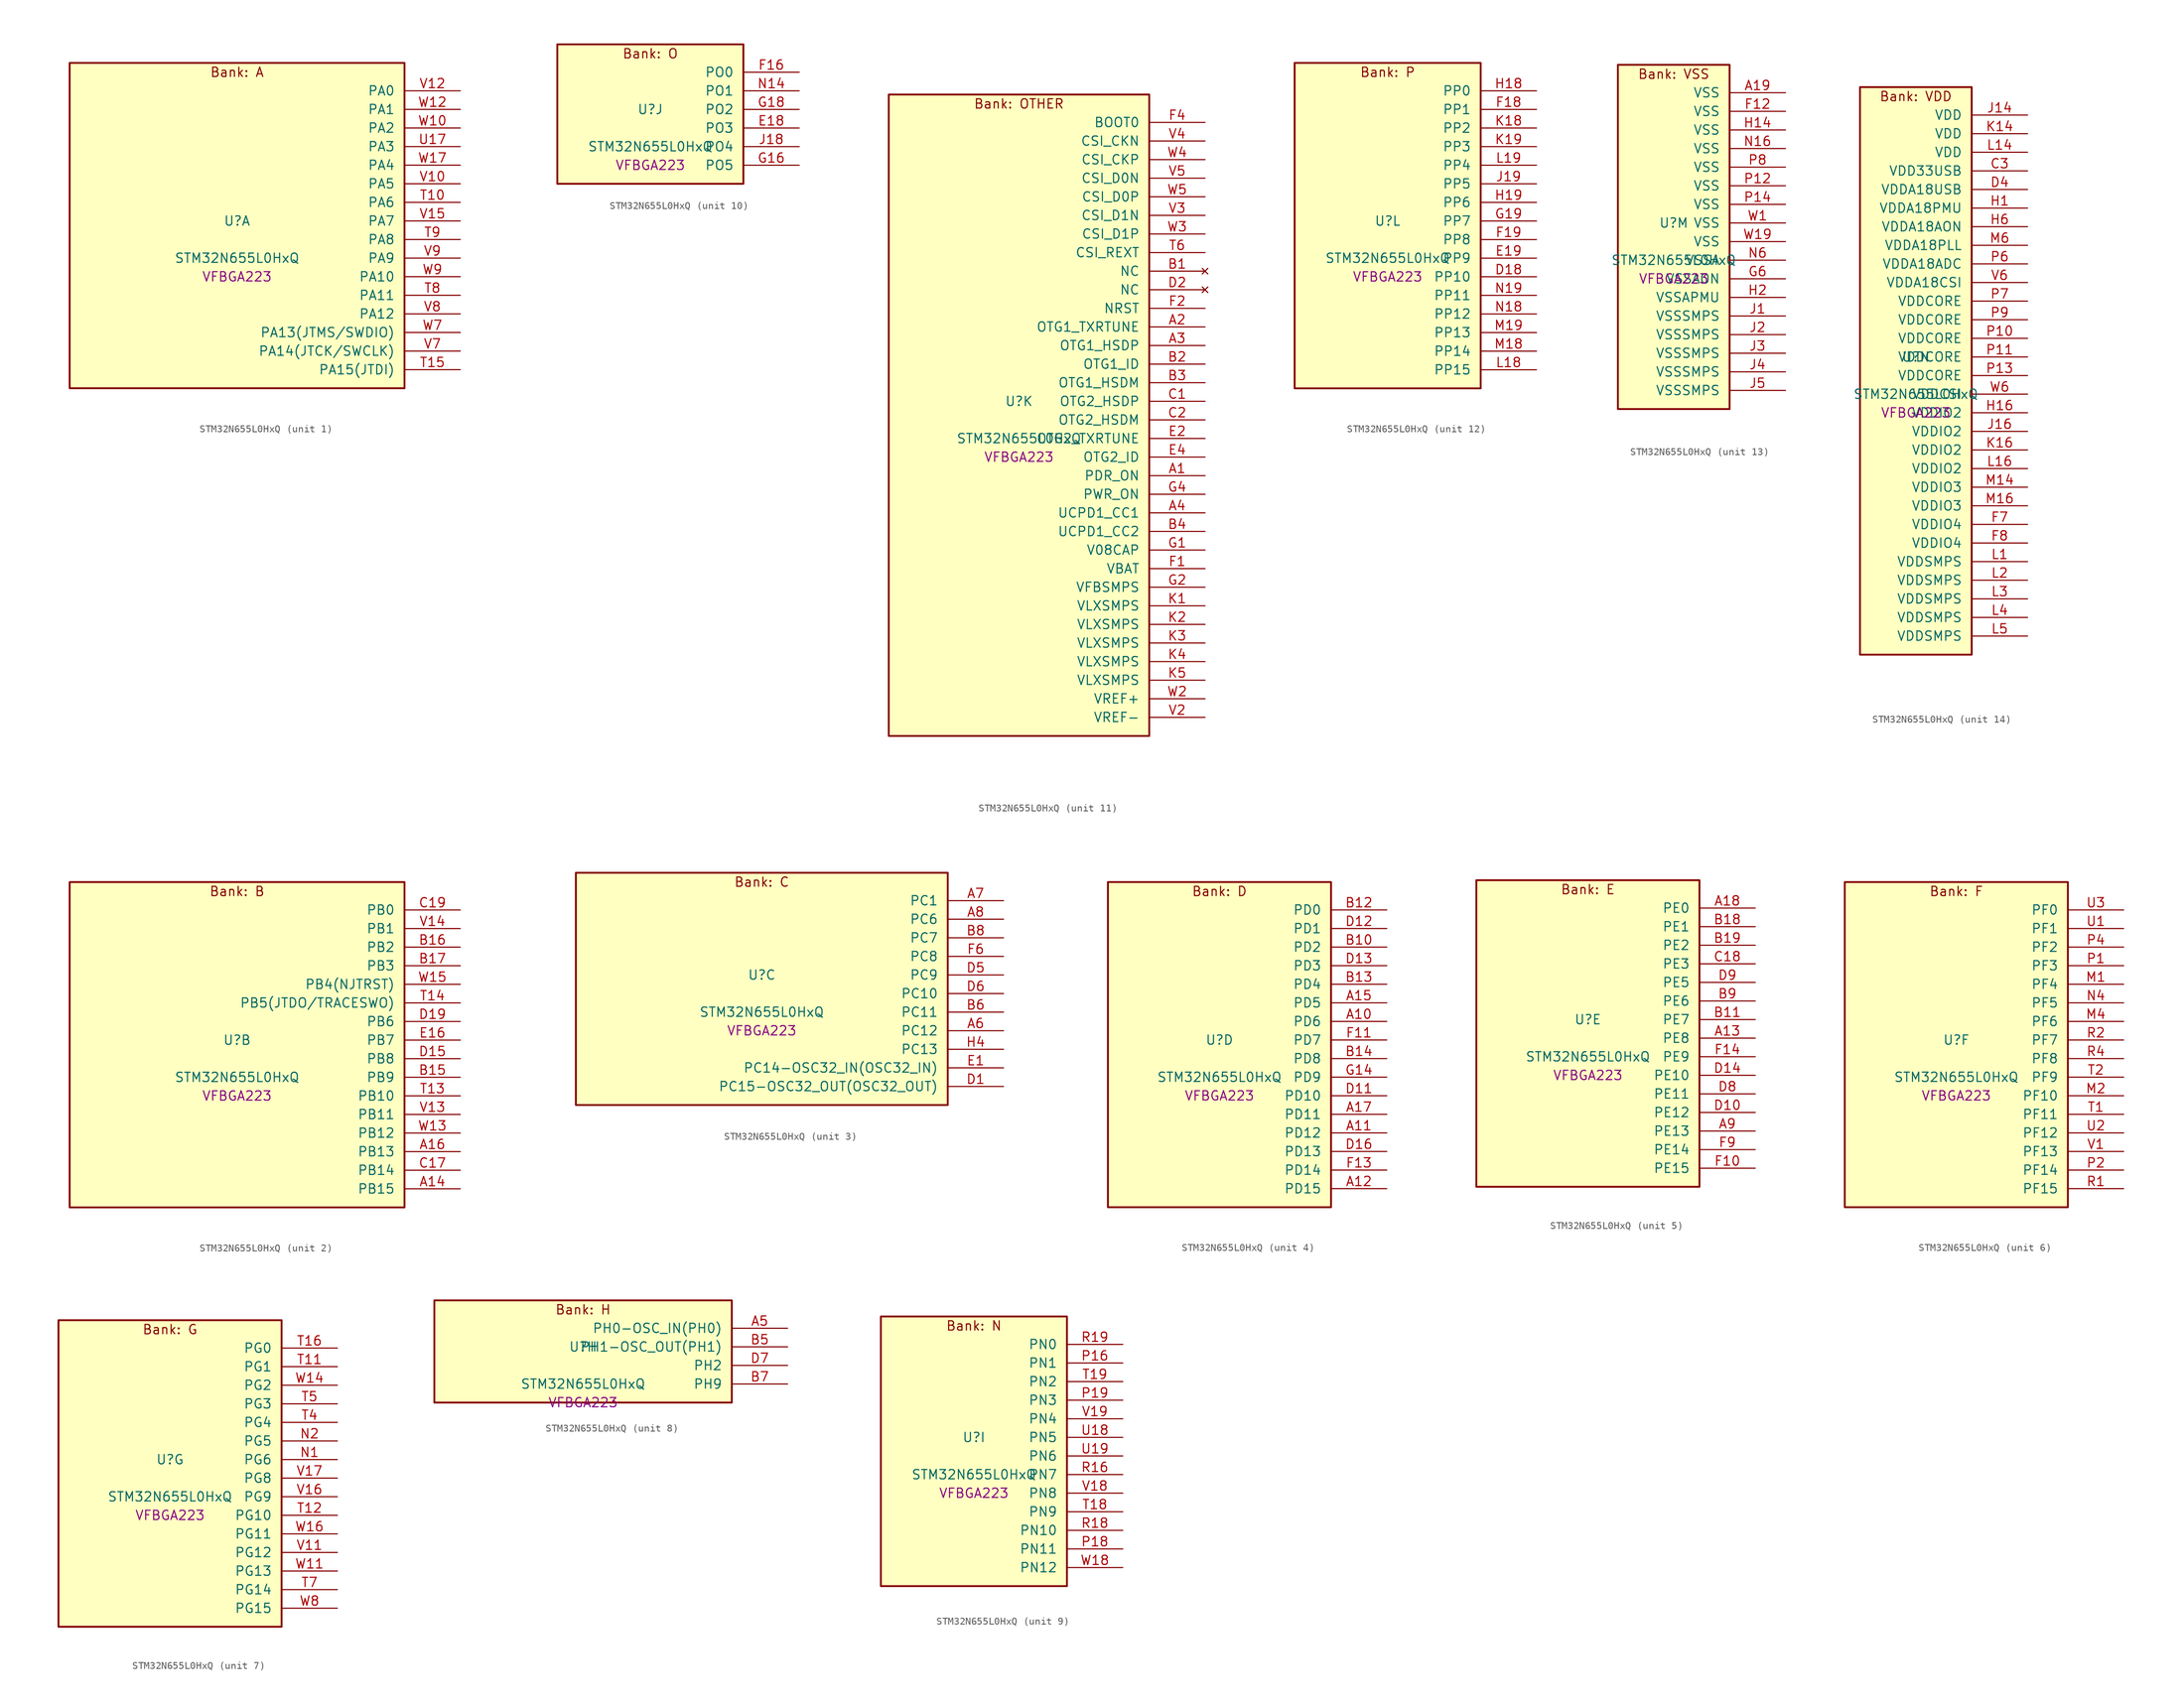
<source format=kicad_sym>
(kicad_symbol_lib
  (version 20241209)
  (generator "stm32_pkl_generator")
  (generator_version "1.0")
  (symbol "STM32N655L0HxQ"
    (pin_names
      (offset 1.27))
    (property "Reference" "U"
      (at 0 2.54 0))
    (property "Value" "STM32N655L0HxQ"
      (at 0 -2.54 0))
    (property "Footprint" "VFBGA223"
      (at 0 -5.08 0))
    (symbol "STM32N655L0HxQ_1_1"
      (rectangle (start -22.86 24.13) (end 22.86 -20.32) (stroke (width 0.254) (type solid)) (fill (type background)))
      (text "Bank: A" (at 0 22.86 0))
      (pin bidirectional line (at 30.48 20.32 180) (length 7.62) (name "PA0") (number "V12") (alternate "PA0/ADC1_INN1" bidirectional line) (alternate "PA0/ADC1_INP0" bidirectional line) (alternate "PA0/ADC2_INN1" bidirectional line) (alternate "PA0/ADC2_INP0" bidirectional line) (alternate "PA0/FMC_D7" bidirectional line) (alternate "PA0/FMC_DA7" bidirectional line) (alternate "PA0/HDP_HDP0" bidirectional line) (alternate "PA0/I2S6_WS" bidirectional line) (alternate "PA0/LTDC_G3" bidirectional line) (alternate "PA0/PWR_WKUP1" bidirectional line) (alternate "PA0/SAI2_SD_B" bidirectional line) (alternate "PA0/SDMMC2_CMD" bidirectional line) (alternate "PA0/SPI6_NSS" bidirectional line) (alternate "PA0/TIM15_BKIN" bidirectional line) (alternate "PA0/TIM2_CH1" bidirectional line) (alternate "PA0/TIM5_CH1" bidirectional line) (alternate "PA0/TIM9_CH1" bidirectional line) (alternate "PA0/UART4_TX" bidirectional line) (alternate "PA0/USART2_CTS" bidirectional line) (alternate "PA0/USART2_NSS" bidirectional line))
      (pin bidirectional line (at 30.48 17.78 180) (length 7.62) (name "PA1") (number "W12") (alternate "PA1/ADC1_INP1" bidirectional line) (alternate "PA1/ADC2_INP1" bidirectional line) (alternate "PA1/DCMIPP_D0" bidirectional line) (alternate "PA1/DCMI_D0" bidirectional line) (alternate "PA1/FMC_D6" bidirectional line) (alternate "PA1/FMC_DA6" bidirectional line) (alternate "PA1/HDP_HDP1" bidirectional line) (alternate "PA1/LPTIM3_IN1" bidirectional line) (alternate "PA1/LTDC_G2" bidirectional line) (alternate "PA1/PSSI_D0" bidirectional line) (alternate "PA1/SAI2_MCLK_B" bidirectional line) (alternate "PA1/TIM15_CH1N" bidirectional line) (alternate "PA1/TIM2_CH2" bidirectional line) (alternate "PA1/TIM5_CH2" bidirectional line) (alternate "PA1/UART4_RX" bidirectional line) (alternate "PA1/USART2_RTS" bidirectional line))
      (pin bidirectional line (at 30.48 15.24 180) (length 7.62) (name "PA2") (number "W10") (alternate "PA2/ADC1_INP14" bidirectional line) (alternate "PA2/ADC2_INP14" bidirectional line) (alternate "PA2/FMC_D5" bidirectional line) (alternate "PA2/FMC_DA5" bidirectional line) (alternate "PA2/HDP_HDP2" bidirectional line) (alternate "PA2/LPTIM3_IN2" bidirectional line) (alternate "PA2/LTDC_B7" bidirectional line) (alternate "PA2/MDIOS_MDIO" bidirectional line) (alternate "PA2/PWR_WKUP2" bidirectional line) (alternate "PA2/SAI2_SCK_B" bidirectional line) (alternate "PA2/TIM15_CH1" bidirectional line) (alternate "PA2/TIM2_CH3" bidirectional line) (alternate "PA2/TIM5_CH3" bidirectional line) (alternate "PA2/USART2_TX" bidirectional line))
      (pin bidirectional line (at 30.48 12.7 180) (length 7.62) (name "PA3") (number "U17") (alternate "PA3/FMC_A17" bidirectional line) (alternate "PA3/FMC_ALE" bidirectional line) (alternate "PA3/SAI1_SD_B" bidirectional line) (alternate "PA3/SPI5_NSS" bidirectional line) (alternate "PA3/TIM16_CH1" bidirectional line) (alternate "PA3/UART7_RX" bidirectional line))
      (pin bidirectional line (at 30.48 10.16 180) (length 7.62) (name "PA4") (number "W17") (alternate "PA4/DCMIPP_D3" bidirectional line) (alternate "PA4/DCMI_D3" bidirectional line) (alternate "PA4/FMC_A13" bidirectional line) (alternate "PA4/PSSI_D3" bidirectional line) (alternate "PA4/SPI5_MOSI" bidirectional line) (alternate "PA4/USART6_RX" bidirectional line))
      (pin bidirectional line (at 30.48 7.62 180) (length 7.62) (name "PA5") (number "V10") (alternate "PA5/ADC2_INP18" bidirectional line) (alternate "PA5/DCMIPP_D8" bidirectional line) (alternate "PA5/DCMI_D8" bidirectional line) (alternate "PA5/FMC_NOE" bidirectional line) (alternate "PA5/HDP_HDP5" bidirectional line) (alternate "PA5/I2S1_CK" bidirectional line) (alternate "PA5/I2S6_CK" bidirectional line) (alternate "PA5/I3C1_SCL" bidirectional line) (alternate "PA5/LTDC_CLK" bidirectional line) (alternate "PA5/PSSI_D8" bidirectional line) (alternate "PA5/PWR_CSTOP" bidirectional line) (alternate "PA5/SPI1_SCK" bidirectional line) (alternate "PA5/SPI6_SCK" bidirectional line) (alternate "PA5/TIM10_CH1" bidirectional line) (alternate "PA5/TIM2_CH1" bidirectional line) (alternate "PA5/TIM2_ETR" bidirectional line) (alternate "PA5/TIM9_CH2" bidirectional line))
      (pin bidirectional line (at 30.48 5.08 180) (length 7.62) (name "PA6") (number "T10") (alternate "PA6/ADC1_INP3" bidirectional line) (alternate "PA6/ADC2_INP3" bidirectional line) (alternate "PA6/BOOT1" bidirectional line) (alternate "PA6/DCMIPP_PIXCLK" bidirectional line) (alternate "PA6/DCMI_PIXCLK" bidirectional line) (alternate "PA6/HDP_HDP6" bidirectional line) (alternate "PA6/I2S1_SDI" bidirectional line) (alternate "PA6/I2S6_SDI" bidirectional line) (alternate "PA6/I3C1_SDA" bidirectional line) (alternate "PA6/LPTIM3_ETR" bidirectional line) (alternate "PA6/LTDC_B7" bidirectional line) (alternate "PA6/LTDC_HSYNC" bidirectional line) (alternate "PA6/MDIOS_MDC" bidirectional line) (alternate "PA6/PSSI_PDCK" bidirectional line) (alternate "PA6/SPI1_MISO" bidirectional line) (alternate "PA6/SPI6_MISO" bidirectional line) (alternate "PA6/TIM13_CH1" bidirectional line) (alternate "PA6/TIM1_BKIN" bidirectional line) (alternate "PA6/TIM3_CH1" bidirectional line))
      (pin bidirectional line (at 30.48 2.54 180) (length 7.62) (name "PA7") (number "V15") (alternate "PA7/HDP_HDP7" bidirectional line) (alternate "PA7/I2S1_SDO" bidirectional line) (alternate "PA7/I2S6_SDO" bidirectional line) (alternate "PA7/LTDC_B1" bidirectional line) (alternate "PA7/LTDC_R4" bidirectional line) (alternate "PA7/SPI1_MOSI" bidirectional line) (alternate "PA7/SPI6_MOSI" bidirectional line) (alternate "PA7/TIM14_CH1" bidirectional line) (alternate "PA7/TIM1_CH1N" bidirectional line) (alternate "PA7/TIM3_CH2" bidirectional line) (alternate "PA7/USART1_RX" bidirectional line))
      (pin bidirectional line (at 30.48 0 180) (length 7.62) (name "PA8") (number "T9") (alternate "PA8/ADC1_INP5" bidirectional line) (alternate "PA8/ADC2_INP5" bidirectional line) (alternate "PA8/FMC_D4" bidirectional line) (alternate "PA8/FMC_DA4" bidirectional line) (alternate "PA8/HDP_HDP0" bidirectional line) (alternate "PA8/I2C3_SCL" bidirectional line) (alternate "PA8/I3C2_SCL" bidirectional line) (alternate "PA8/LTDC_B6" bidirectional line) (alternate "PA8/RCC_MCO_1" bidirectional line) (alternate "PA8/TIM11_CH1" bidirectional line) (alternate "PA8/TIM1_CH1" bidirectional line) (alternate "PA8/UART7_RX" bidirectional line) (alternate "PA8/USART1_CK" bidirectional line))
      (pin bidirectional line (at 30.48 -2.54 180) (length 7.62) (name "PA9") (number "V9") (alternate "PA9/ADC1_INP10" bidirectional line) (alternate "PA9/ADC2_INP10" bidirectional line) (alternate "PA9/DCMIPP_D0" bidirectional line) (alternate "PA9/DCMI_D0" bidirectional line) (alternate "PA9/FMC_D3" bidirectional line) (alternate "PA9/FMC_DA3" bidirectional line) (alternate "PA9/HDP_HDP1" bidirectional line) (alternate "PA9/I2C3_SDA" bidirectional line) (alternate "PA9/I2S2_CK" bidirectional line) (alternate "PA9/I3C2_SDA" bidirectional line) (alternate "PA9/LPUART1_TX" bidirectional line) (alternate "PA9/LTDC_B5" bidirectional line) (alternate "PA9/PSSI_D0" bidirectional line) (alternate "PA9/SPI2_SCK" bidirectional line) (alternate "PA9/TIM1_CH2" bidirectional line) (alternate "PA9/USART1_TX" bidirectional line))
      (pin bidirectional line (at 30.48 -5.08 180) (length 7.62) (name "PA10") (number "W9") (alternate "PA10/ADC1_INN10" bidirectional line) (alternate "PA10/ADC1_INP11" bidirectional line) (alternate "PA10/ADC2_INN10" bidirectional line) (alternate "PA10/ADC2_INP11" bidirectional line) (alternate "PA10/DCMIPP_D1" bidirectional line) (alternate "PA10/DCMI_D1" bidirectional line) (alternate "PA10/FMC_D2" bidirectional line) (alternate "PA10/FMC_DA2" bidirectional line) (alternate "PA10/HDP_HDP2" bidirectional line) (alternate "PA10/LPUART1_RX" bidirectional line) (alternate "PA10/LTDC_B4" bidirectional line) (alternate "PA10/MDIOS_MDIO" bidirectional line) (alternate "PA10/PSSI_D1" bidirectional line) (alternate "PA10/PWR_CSLEEP" bidirectional line) (alternate "PA10/TIM1_CH3" bidirectional line) (alternate "PA10/USART1_RX" bidirectional line))
      (pin bidirectional line (at 30.48 -7.62 180) (length 7.62) (name "PA11") (number "T8") (alternate "PA11/ADC1_EXTI11" bidirectional line) (alternate "PA11/ADC1_INN11" bidirectional line) (alternate "PA11/ADC1_INP12" bidirectional line) (alternate "PA11/ADC2_EXTI11" bidirectional line) (alternate "PA11/ADC2_INN11" bidirectional line) (alternate "PA11/ADC2_INP12" bidirectional line) (alternate "PA11/FDCAN1_RX" bidirectional line) (alternate "PA11/FMC_D1" bidirectional line) (alternate "PA11/FMC_DA1" bidirectional line) (alternate "PA11/HDP_HDP3" bidirectional line) (alternate "PA11/I2S2_WS" bidirectional line) (alternate "PA11/LPUART1_CTS" bidirectional line) (alternate "PA11/LTDC_B3" bidirectional line) (alternate "PA11/SPI2_NSS" bidirectional line) (alternate "PA11/TIM1_CH4" bidirectional line) (alternate "PA11/UART4_RX" bidirectional line) (alternate "PA11/USART1_CTS" bidirectional line) (alternate "PA11/USART1_NSS" bidirectional line))
      (pin bidirectional line (at 30.48 -10.16 180) (length 7.62) (name "PA12") (number "V8") (alternate "PA12/ADC1_INN12" bidirectional line) (alternate "PA12/ADC1_INP13" bidirectional line) (alternate "PA12/ADC2_INN12" bidirectional line) (alternate "PA12/ADC2_INP13" bidirectional line) (alternate "PA12/FDCAN1_TX" bidirectional line) (alternate "PA12/FMC_D0" bidirectional line) (alternate "PA12/FMC_DA0" bidirectional line) (alternate "PA12/HDP_HDP4" bidirectional line) (alternate "PA12/I2S2_CK" bidirectional line) (alternate "PA12/LPUART1_RTS" bidirectional line) (alternate "PA12/LTDC_B2" bidirectional line) (alternate "PA12/SAI2_FS_B" bidirectional line) (alternate "PA12/SPI2_SCK" bidirectional line) (alternate "PA12/TIM1_ETR" bidirectional line) (alternate "PA12/UART4_TX" bidirectional line) (alternate "PA12/USART1_RTS" bidirectional line))
      (pin bidirectional line (at 30.48 -12.7 180) (length 7.62) (name "PA13(JTMS/SWDIO)") (number "W7") (alternate "PA13(JTMS/SWDIO)/DEBUG_JTMS-SWDIO" bidirectional line) (alternate "PA13(JTMS/SWDIO)/HDP_HDP5" bidirectional line))
      (pin bidirectional line (at 30.48 -15.24 180) (length 7.62) (name "PA14(JTCK/SWCLK)") (number "V7") (alternate "PA14(JTCK/SWCLK)/DEBUG_JTCK-SWCLK" bidirectional line) (alternate "PA14(JTCK/SWCLK)/HDP_HDP6" bidirectional line))
      (pin bidirectional line (at 30.48 -17.78 180) (length 7.62) (name "PA15(JTDI)") (number "T15") (alternate "PA15(JTDI)/ADC1_EXTI15" bidirectional line) (alternate "PA15(JTDI)/ADC2_EXTI15" bidirectional line) (alternate "PA15(JTDI)/DEBUG_JTDI" bidirectional line) (alternate "PA15(JTDI)/FMC_D15" bidirectional line) (alternate "PA15(JTDI)/FMC_DA15" bidirectional line) (alternate "PA15(JTDI)/HDP_HDP7" bidirectional line) (alternate "PA15(JTDI)/I2S1_WS" bidirectional line) (alternate "PA15(JTDI)/I2S3_WS" bidirectional line) (alternate "PA15(JTDI)/I2S6_WS" bidirectional line) (alternate "PA15(JTDI)/LTDC_R5" bidirectional line) (alternate "PA15(JTDI)/SPI1_NSS" bidirectional line) (alternate "PA15(JTDI)/SPI3_NSS" bidirectional line) (alternate "PA15(JTDI)/SPI6_NSS" bidirectional line) (alternate "PA15(JTDI)/TIM2_CH1" bidirectional line) (alternate "PA15(JTDI)/TIM2_ETR" bidirectional line) (alternate "PA15(JTDI)/UART4_DE" bidirectional line) (alternate "PA15(JTDI)/UART4_RTS" bidirectional line) (alternate "PA15(JTDI)/UART7_TX" bidirectional line)))
    (symbol "STM32N655L0HxQ_2_1"
      (rectangle (start -22.86 24.13) (end 22.86 -20.32) (stroke (width 0.254) (type solid)) (fill (type background)))
      (text "Bank: B" (at 0 22.86 0))
      (pin bidirectional line (at 30.48 20.32 180) (length 7.62) (name "PB0") (number "C19") (alternate "PB0/ADF1_SDI0" bidirectional line) (alternate "PB0/DCMIPP_D4" bidirectional line) (alternate "PB0/DCMI_D4" bidirectional line) (alternate "PB0/DEBUG_TRACED1" bidirectional line) (alternate "PB0/FMC_D13" bidirectional line) (alternate "PB0/FMC_DA13" bidirectional line) (alternate "PB0/MDF1_SDI2" bidirectional line) (alternate "PB0/PSSI_D4" bidirectional line) (alternate "PB0/SAI1_D2" bidirectional line) (alternate "PB0/SAI1_FS_A" bidirectional line) (alternate "PB0/SPI4_NSS" bidirectional line) (alternate "PB0/TIM15_CH1N" bidirectional line) (alternate "PB0/TIM1_CH4" bidirectional line))
      (pin bidirectional line (at 30.48 17.78 180) (length 7.62) (name "PB1") (number "V14") (alternate "PB1/FDCAN2_TX" bidirectional line) (alternate "PB1/FMC_NOE" bidirectional line) (alternate "PB1/HDP_HDP1" bidirectional line) (alternate "PB1/LTDC_R1" bidirectional line) (alternate "PB1/TIM1_CH3N" bidirectional line) (alternate "PB1/TIM3_CH4" bidirectional line) (alternate "PB1/TIM9_CH2" bidirectional line) (alternate "PB1/USART2_TX" bidirectional line))
      (pin bidirectional line (at 30.48 15.24 180) (length 7.62) (name "PB2") (number "B16") (alternate "PB2/ADF1_SDI0" bidirectional line) (alternate "PB2/FMC_D2" bidirectional line) (alternate "PB2/FMC_DA2" bidirectional line) (alternate "PB2/HDP_HDP2" bidirectional line) (alternate "PB2/I2S3_SDO" bidirectional line) (alternate "PB2/LTDC_B2" bidirectional line) (alternate "PB2/MDF1_SDI1" bidirectional line) (alternate "PB2/RTC_OUT2" bidirectional line) (alternate "PB2/SAI1_D1" bidirectional line) (alternate "PB2/SAI1_SD_A" bidirectional line) (alternate "PB2/SPI3_MOSI" bidirectional line) (alternate "PB2/TIM1_CH1" bidirectional line))
      (pin bidirectional line (at 30.48 12.7 180) (length 7.62) (name "PB3") (number "B17") (alternate "PB3/DEBUG_JTDO-SWO" bidirectional line) (alternate "PB3/DEBUG_TRACECLK" bidirectional line) (alternate "PB3/FMC_A23" bidirectional line) (alternate "PB3/FMC_NBL1" bidirectional line) (alternate "PB3/GFXTIM_FCKCAL" bidirectional line) (alternate "PB3/GFXTIM_LCKCAL" bidirectional line) (alternate "PB3/HDP_HDP0" bidirectional line) (alternate "PB3/MDF1_CKI1" bidirectional line) (alternate "PB3/SAI2_FS_B" bidirectional line) (alternate "PB3/TIM1_CH4N" bidirectional line) (alternate "PB3/USART1_CK" bidirectional line))
      (pin bidirectional line (at 30.48 10.16 180) (length 7.62) (name "PB4(NJTRST)") (number "W15") (alternate "PB4(NJTRST)/DCMIPP_VSYNC" bidirectional line) (alternate "PB4(NJTRST)/DCMI_VSYNC" bidirectional line) (alternate "PB4(NJTRST)/DEBUG_NJTRST" bidirectional line) (alternate "PB4(NJTRST)/FMC_D13" bidirectional line) (alternate "PB4(NJTRST)/FMC_DA13" bidirectional line) (alternate "PB4(NJTRST)/HDP_HDP4" bidirectional line) (alternate "PB4(NJTRST)/I2S1_SDI" bidirectional line) (alternate "PB4(NJTRST)/I2S2_WS" bidirectional line) (alternate "PB4(NJTRST)/I2S3_SDI" bidirectional line) (alternate "PB4(NJTRST)/I2S6_SDI" bidirectional line) (alternate "PB4(NJTRST)/LTDC_R3" bidirectional line) (alternate "PB4(NJTRST)/PSSI_RDY" bidirectional line) (alternate "PB4(NJTRST)/SDMMC2_D3" bidirectional line) (alternate "PB4(NJTRST)/SPI1_MISO" bidirectional line) (alternate "PB4(NJTRST)/SPI2_NSS" bidirectional line) (alternate "PB4(NJTRST)/SPI3_MISO" bidirectional line) (alternate "PB4(NJTRST)/SPI6_MISO" bidirectional line) (alternate "PB4(NJTRST)/TIM16_BKIN" bidirectional line) (alternate "PB4(NJTRST)/TIM3_CH1" bidirectional line) (alternate "PB4(NJTRST)/UART7_TX" bidirectional line))
      (pin bidirectional line (at 30.48 7.62 180) (length 7.62) (name "PB5(JTDO/TRACESWO)") (number "T14") (alternate "PB5(JTDO/TRACESWO)/DCMIPP_D10" bidirectional line) (alternate "PB5(JTDO/TRACESWO)/DCMI_D10" bidirectional line) (alternate "PB5(JTDO/TRACESWO)/DEBUG_JTDO-SWO" bidirectional line) (alternate "PB5(JTDO/TRACESWO)/FDCAN2_RX" bidirectional line) (alternate "PB5(JTDO/TRACESWO)/FMC_D12" bidirectional line) (alternate "PB5(JTDO/TRACESWO)/FMC_DA12" bidirectional line) (alternate "PB5(JTDO/TRACESWO)/HDP_HDP5" bidirectional line) (alternate "PB5(JTDO/TRACESWO)/I2C1_SMBA" bidirectional line) (alternate "PB5(JTDO/TRACESWO)/I2S1_SDO" bidirectional line) (alternate "PB5(JTDO/TRACESWO)/I2S3_SDO" bidirectional line) (alternate "PB5(JTDO/TRACESWO)/I2S6_SDO" bidirectional line) (alternate "PB5(JTDO/TRACESWO)/LTDC_R2" bidirectional line) (alternate "PB5(JTDO/TRACESWO)/PSSI_D10" bidirectional line) (alternate "PB5(JTDO/TRACESWO)/SPI1_MOSI" bidirectional line) (alternate "PB5(JTDO/TRACESWO)/SPI3_MOSI" bidirectional line) (alternate "PB5(JTDO/TRACESWO)/SPI6_MOSI" bidirectional line) (alternate "PB5(JTDO/TRACESWO)/TIM17_BKIN" bidirectional line) (alternate "PB5(JTDO/TRACESWO)/TIM3_CH2" bidirectional line) (alternate "PB5(JTDO/TRACESWO)/UART5_RX" bidirectional line))
      (pin bidirectional line (at 30.48 5.08 180) (length 7.62) (name "PB6") (number "D19") (alternate "PB6/ADF1_CCK1" bidirectional line) (alternate "PB6/DCMIPP_D6" bidirectional line) (alternate "PB6/DCMI_D6" bidirectional line) (alternate "PB6/DEBUG_TRACED2" bidirectional line) (alternate "PB6/FMC_D14" bidirectional line) (alternate "PB6/FMC_DA14" bidirectional line) (alternate "PB6/MDF1_CCK1" bidirectional line) (alternate "PB6/PSSI_D6" bidirectional line) (alternate "PB6/SAI1_CK2" bidirectional line) (alternate "PB6/SAI1_SCK_A" bidirectional line) (alternate "PB6/SPI4_MISO" bidirectional line) (alternate "PB6/TIM15_CH1" bidirectional line))
      (pin bidirectional line (at 30.48 2.54 180) (length 7.62) (name "PB7") (number "E16") (alternate "PB7/ADF1_SDI0" bidirectional line) (alternate "PB7/DCMIPP_D7" bidirectional line) (alternate "PB7/DCMI_D7" bidirectional line) (alternate "PB7/DEBUG_TRACED3" bidirectional line) (alternate "PB7/FMC_D15" bidirectional line) (alternate "PB7/FMC_DA15" bidirectional line) (alternate "PB7/MDF1_SDI1" bidirectional line) (alternate "PB7/PSSI_D7" bidirectional line) (alternate "PB7/SAI1_D1" bidirectional line) (alternate "PB7/SAI1_SD_A" bidirectional line) (alternate "PB7/SAI2_MCLK_B" bidirectional line) (alternate "PB7/SPI4_MOSI" bidirectional line) (alternate "PB7/TIM15_CH2" bidirectional line) (alternate "PB7/TIM1_BKIN2" bidirectional line))
      (pin bidirectional line (at 30.48 0 180) (length 7.62) (name "PB8") (number "D15") (alternate "PB8/DCMIPP_VSYNC" bidirectional line) (alternate "PB8/DCMI_VSYNC" bidirectional line) (alternate "PB8/FMC_D1" bidirectional line) (alternate "PB8/FMC_DA1" bidirectional line) (alternate "PB8/I2S1_SDI" bidirectional line) (alternate "PB8/PSSI_RDY" bidirectional line) (alternate "PB8/SAI2_FS_B" bidirectional line) (alternate "PB8/SDMMC2_D0" bidirectional line) (alternate "PB8/SPDIFRX1_IN3" bidirectional line) (alternate "PB8/SPI1_MISO" bidirectional line) (alternate "PB8/USART6_RX" bidirectional line))
      (pin bidirectional line (at 30.48 -2.54 180) (length 7.62) (name "PB9") (number "B15") (alternate "PB9/DCMIPP_D3" bidirectional line) (alternate "PB9/DCMI_D3" bidirectional line) (alternate "PB9/FMC_D3" bidirectional line) (alternate "PB9/FMC_DA3" bidirectional line) (alternate "PB9/I2S1_CK" bidirectional line) (alternate "PB9/LPTIM1_IN2" bidirectional line) (alternate "PB9/PSSI_D3" bidirectional line) (alternate "PB9/SDMMC2_D2" bidirectional line) (alternate "PB9/SPDIFRX1_IN0" bidirectional line) (alternate "PB9/SPI1_SCK" bidirectional line) (alternate "PB9/USART10_TX" bidirectional line))
      (pin bidirectional line (at 30.48 -5.08 180) (length 7.62) (name "PB10") (number "T13") (alternate "PB10/ADC1_INN4" bidirectional line) (alternate "PB10/ADC1_INP8" bidirectional line) (alternate "PB10/ADC2_INN4" bidirectional line) (alternate "PB10/ADC2_INP8" bidirectional line) (alternate "PB10/FMC_D11" bidirectional line) (alternate "PB10/FMC_DA11" bidirectional line) (alternate "PB10/HDP_HDP2" bidirectional line) (alternate "PB10/I2C2_SCL" bidirectional line) (alternate "PB10/I2S2_CK" bidirectional line) (alternate "PB10/I3C2_SCL" bidirectional line) (alternate "PB10/LPTIM2_IN1" bidirectional line) (alternate "PB10/LTDC_G7" bidirectional line) (alternate "PB10/SPI2_SCK" bidirectional line) (alternate "PB10/TIM2_CH3" bidirectional line) (alternate "PB10/USART3_TX" bidirectional line))
      (pin bidirectional line (at 30.48 -7.62 180) (length 7.62) (name "PB11") (number "V13") (alternate "PB11/ADC1_EXTI11" bidirectional line) (alternate "PB11/ADC1_INP4" bidirectional line) (alternate "PB11/ADC2_EXTI11" bidirectional line) (alternate "PB11/ADC2_INP4" bidirectional line) (alternate "PB11/FMC_D10" bidirectional line) (alternate "PB11/FMC_DA10" bidirectional line) (alternate "PB11/HDP_HDP3" bidirectional line) (alternate "PB11/I2C2_SDA" bidirectional line) (alternate "PB11/I3C2_SDA" bidirectional line) (alternate "PB11/LPTIM2_ETR" bidirectional line) (alternate "PB11/LTDC_G6" bidirectional line) (alternate "PB11/TIM2_CH4" bidirectional line) (alternate "PB11/USART3_RX" bidirectional line))
      (pin bidirectional line (at 30.48 -10.16 180) (length 7.62) (name "PB12") (number "W13") (alternate "PB12/FDCAN2_RX" bidirectional line) (alternate "PB12/FMC_D9" bidirectional line) (alternate "PB12/FMC_DA9" bidirectional line) (alternate "PB12/HDP_HDP4" bidirectional line) (alternate "PB12/I2C2_SMBA" bidirectional line) (alternate "PB12/I2S2_WS" bidirectional line) (alternate "PB12/LPTIM2_IN2" bidirectional line) (alternate "PB12/LTDC_G5" bidirectional line) (alternate "PB12/SPI2_NSS" bidirectional line) (alternate "PB12/TIM1_BKIN" bidirectional line) (alternate "PB12/UART5_RX" bidirectional line) (alternate "PB12/USART3_CK" bidirectional line))
      (pin bidirectional line (at 30.48 -12.7 180) (length 7.62) (name "PB13") (number "A16") (alternate "PB13/DEBUG_TRACED0" bidirectional line) (alternate "PB13/FMC_D5" bidirectional line) (alternate "PB13/FMC_DA5" bidirectional line) (alternate "PB13/I2S6_CK" bidirectional line) (alternate "PB13/LPTIM1_CH1" bidirectional line) (alternate "PB13/LTDC_CLK" bidirectional line) (alternate "PB13/SDMMC2_D6" bidirectional line) (alternate "PB13/SPI6_SCK" bidirectional line) (alternate "PB13/USART10_CTS" bidirectional line) (alternate "PB13/USART10_NSS" bidirectional line) (alternate "PB13/USART6_CTS" bidirectional line) (alternate "PB13/USART6_NSS" bidirectional line))
      (pin bidirectional line (at 30.48 -15.24 180) (length 7.62) (name "PB14") (number "C17") (alternate "PB14/DCMIPP_D10" bidirectional line) (alternate "PB14/DCMI_D10" bidirectional line) (alternate "PB14/FMC_D7" bidirectional line) (alternate "PB14/FMC_DA7" bidirectional line) (alternate "PB14/LPTIM1_CH2" bidirectional line) (alternate "PB14/LTDC_HSYNC" bidirectional line) (alternate "PB14/PSSI_D10" bidirectional line) (alternate "PB14/USART10_CK" bidirectional line) (alternate "PB14/USART6_CTS" bidirectional line) (alternate "PB14/USART6_NSS" bidirectional line))
      (pin bidirectional line (at 30.48 -17.78 180) (length 7.62) (name "PB15") (number "A14") (alternate "PB15/ADC1_EXTI15" bidirectional line) (alternate "PB15/ADC2_EXTI15" bidirectional line) (alternate "PB15/FMC_D0" bidirectional line) (alternate "PB15/FMC_DA0" bidirectional line) (alternate "PB15/I2S6_WS" bidirectional line) (alternate "PB15/LTDC_G4" bidirectional line) (alternate "PB15/SPDIFRX1_IN2" bidirectional line) (alternate "PB15/SPI6_NSS" bidirectional line) (alternate "PB15/USART6_RTS" bidirectional line)))
    (symbol "STM32N655L0HxQ_3_1"
      (rectangle (start -25.4 16.51) (end 25.4 -15.24) (stroke (width 0.254) (type solid)) (fill (type background)))
      (text "Bank: C" (at 0 15.24 0))
      (pin bidirectional line (at 33.02 12.7 180) (length 7.62) (name "PC1") (number "A7") (alternate "PC1/DCMIPP_D7" bidirectional line) (alternate "PC1/DCMI_D7" bidirectional line) (alternate "PC1/FDCAN1_TX" bidirectional line) (alternate "PC1/HDP_HDP1" bidirectional line) (alternate "PC1/I2C1_SDA" bidirectional line) (alternate "PC1/I2S2_WS" bidirectional line) (alternate "PC1/I3C1_SDA" bidirectional line) (alternate "PC1/PSSI_D7" bidirectional line) (alternate "PC1/SDMMC1_CDIR" bidirectional line) (alternate "PC1/SDMMC1_D5" bidirectional line) (alternate "PC1/SDMMC2_D5" bidirectional line) (alternate "PC1/SPI2_NSS" bidirectional line) (alternate "PC1/TIM17_CH1" bidirectional line) (alternate "PC1/TIM4_CH4" bidirectional line) (alternate "PC1/UART4_TX" bidirectional line))
      (pin bidirectional line (at 33.02 10.16 180) (length 7.62) (name "PC6") (number "A8") (alternate "PC6/DCMIPP_D1" bidirectional line) (alternate "PC6/DCMI_D1" bidirectional line) (alternate "PC6/HDP_HDP6" bidirectional line) (alternate "PC6/I2S2_MCK" bidirectional line) (alternate "PC6/PSSI_D1" bidirectional line) (alternate "PC6/SDMMC1_D0DIR" bidirectional line) (alternate "PC6/SDMMC1_D6" bidirectional line) (alternate "PC6/SDMMC2_D6" bidirectional line) (alternate "PC6/TIM1_CH1" bidirectional line) (alternate "PC6/TIM3_CH1" bidirectional line) (alternate "PC6/TIM9_CH1" bidirectional line) (alternate "PC6/USART6_TX" bidirectional line))
      (pin bidirectional line (at 33.02 7.62 180) (length 7.62) (name "PC7") (number "B8") (alternate "PC7/DCMIPP_D1" bidirectional line) (alternate "PC7/DCMI_D1" bidirectional line) (alternate "PC7/DEBUG_TRGIO" bidirectional line) (alternate "PC7/HDP_HDP7" bidirectional line) (alternate "PC7/I2S3_MCK" bidirectional line) (alternate "PC7/PSSI_D1" bidirectional line) (alternate "PC7/SDMMC1_D123DIR" bidirectional line) (alternate "PC7/SDMMC1_D7" bidirectional line) (alternate "PC7/SDMMC2_D7" bidirectional line) (alternate "PC7/TIM16_CH1N" bidirectional line) (alternate "PC7/TIM3_CH2" bidirectional line) (alternate "PC7/TIM9_CH2" bidirectional line) (alternate "PC7/USART6_RX" bidirectional line))
      (pin bidirectional line (at 33.02 5.08 180) (length 7.62) (name "PC8") (number "F6") (alternate "PC8/DCMIPP_D2" bidirectional line) (alternate "PC8/DCMI_D2" bidirectional line) (alternate "PC8/DEBUG_TRACED1" bidirectional line) (alternate "PC8/FMC_NE4" bidirectional line) (alternate "PC8/HDP_HDP0" bidirectional line) (alternate "PC8/I2C3_SMBA" bidirectional line) (alternate "PC8/LTDC_B0" bidirectional line) (alternate "PC8/PSSI_D2" bidirectional line) (alternate "PC8/SDMMC1_D0" bidirectional line) (alternate "PC8/TIM3_CH3" bidirectional line) (alternate "PC8/UART5_DE" bidirectional line) (alternate "PC8/UART5_RTS" bidirectional line) (alternate "PC8/UCPD1_FRSTX1" bidirectional line) (alternate "PC8/USART6_CK" bidirectional line))
      (pin bidirectional line (at 33.02 2.54 180) (length 7.62) (name "PC9") (number "D5") (alternate "PC9/AUDIOCLK" bidirectional line) (alternate "PC9/DCMIPP_D3" bidirectional line) (alternate "PC9/DCMI_D3" bidirectional line) (alternate "PC9/HDP_HDP1" bidirectional line) (alternate "PC9/I2C3_SDA" bidirectional line) (alternate "PC9/LTDC_B3" bidirectional line) (alternate "PC9/PSSI_D3" bidirectional line) (alternate "PC9/RCC_MCO_2" bidirectional line) (alternate "PC9/SDMMC1_D1" bidirectional line) (alternate "PC9/TIM3_CH4" bidirectional line) (alternate "PC9/UART5_CTS" bidirectional line) (alternate "PC9/UCPD1_FRSTX2" bidirectional line) (alternate "PC9/USART6_RX" bidirectional line))
      (pin bidirectional line (at 33.02 0 180) (length 7.62) (name "PC10") (number "D6") (alternate "PC10/DCMIPP_D14" bidirectional line) (alternate "PC10/FMC_CLK" bidirectional line) (alternate "PC10/HDP_HDP2" bidirectional line) (alternate "PC10/I2C4_SCL" bidirectional line) (alternate "PC10/I2S3_CK" bidirectional line) (alternate "PC10/I3C2_SCL" bidirectional line) (alternate "PC10/PSSI_D14" bidirectional line) (alternate "PC10/SDMMC1_D2" bidirectional line) (alternate "PC10/SPI3_SCK" bidirectional line) (alternate "PC10/TIM1_BKIN" bidirectional line) (alternate "PC10/UART4_TX" bidirectional line) (alternate "PC10/USART3_TX" bidirectional line))
      (pin bidirectional line (at 33.02 -2.54 180) (length 7.62) (name "PC11") (number "B6") (alternate "PC11/ADC1_EXTI11" bidirectional line) (alternate "PC11/ADC2_EXTI11" bidirectional line) (alternate "PC11/DCMIPP_D4" bidirectional line) (alternate "PC11/DCMI_D4" bidirectional line) (alternate "PC11/HDP_HDP3" bidirectional line) (alternate "PC11/I2C4_SDA" bidirectional line) (alternate "PC11/I2S3_SDI" bidirectional line) (alternate "PC11/I3C2_SDA" bidirectional line) (alternate "PC11/PSSI_D4" bidirectional line) (alternate "PC11/SDMMC1_D3" bidirectional line) (alternate "PC11/SPI3_MISO" bidirectional line) (alternate "PC11/UART4_RX" bidirectional line) (alternate "PC11/USART3_RX" bidirectional line))
      (pin bidirectional line (at 33.02 -5.08 180) (length 7.62) (name "PC12") (number "A6") (alternate "PC12/DCMIPP_D9" bidirectional line) (alternate "PC12/DCMI_D9" bidirectional line) (alternate "PC12/DEBUG_TRACED3" bidirectional line) (alternate "PC12/FMC_NL" bidirectional line) (alternate "PC12/HDP_HDP4" bidirectional line) (alternate "PC12/I2S3_SDO" bidirectional line) (alternate "PC12/I2S6_CK" bidirectional line) (alternate "PC12/PSSI_D9" bidirectional line) (alternate "PC12/SDMMC1_CK" bidirectional line) (alternate "PC12/SPI3_MOSI" bidirectional line) (alternate "PC12/SPI6_SCK" bidirectional line) (alternate "PC12/TIM15_CH1" bidirectional line) (alternate "PC12/TIM1_CH4" bidirectional line) (alternate "PC12/UART5_TX" bidirectional line) (alternate "PC12/USART3_CK" bidirectional line))
      (pin bidirectional line (at 33.02 -7.62 180) (length 7.62) (name "PC13") (number "H4") (alternate "PC13/HDP_HDP5" bidirectional line) (alternate "PC13/PWR_WKUP3" bidirectional line) (alternate "PC13/RTC_OUT1" bidirectional line) (alternate "PC13/RTC_TS" bidirectional line) (alternate "PC13/TAMP_IN1" bidirectional line) (alternate "PC13/TAMP_OUT2" bidirectional line))
      (pin bidirectional line (at 33.02 -10.16 180) (length 7.62) (name "PC14-OSC32_IN(OSC32_IN)") (number "E1") (alternate "PC14-OSC32_IN(OSC32_IN)/RCC_OSC32_IN" bidirectional line))
      (pin bidirectional line (at 33.02 -12.7 180) (length 7.62) (name "PC15-OSC32_OUT(OSC32_OUT)") (number "D1") (alternate "PC15-OSC32_OUT(OSC32_OUT)/ADC1_EXTI15" bidirectional line) (alternate "PC15-OSC32_OUT(OSC32_OUT)/ADC2_EXTI15" bidirectional line) (alternate "PC15-OSC32_OUT(OSC32_OUT)/RCC_OSC32_OUT" bidirectional line)))
    (symbol "STM32N655L0HxQ_4_1"
      (rectangle (start -15.24 24.13) (end 15.24 -20.32) (stroke (width 0.254) (type solid)) (fill (type background)))
      (text "Bank: D" (at 0 22.86 0))
      (pin bidirectional line (at 22.86 20.32 180) (length 7.62) (name "PD0") (number "B12") (alternate "PD0/DCMIPP_HSYNC" bidirectional line) (alternate "PD0/DCMI_HSYNC" bidirectional line) (alternate "PD0/FDCAN1_RX" bidirectional line) (alternate "PD0/FMC_A6" bidirectional line) (alternate "PD0/FMC_A22" bidirectional line) (alternate "PD0/PSSI_DE" bidirectional line) (alternate "PD0/TIM1_ETR" bidirectional line) (alternate "PD0/UART4_RX" bidirectional line) (alternate "PD0/UART9_CTS" bidirectional line))
      (pin bidirectional line (at 22.86 17.78 180) (length 7.62) (name "PD1") (number "D12") (alternate "PD1/ETH1_MDC" bidirectional line) (alternate "PD1/FDCAN1_TX" bidirectional line) (alternate "PD1/FMC_A7" bidirectional line) (alternate "PD1/FMC_A23" bidirectional line) (alternate "PD1/UART4_TX" bidirectional line))
      (pin bidirectional line (at 22.86 15.24 180) (length 7.62) (name "PD2") (number "B10") (alternate "PD2/ADF1_SDI0" bidirectional line) (alternate "PD2/DEBUG_TRACED0" bidirectional line) (alternate "PD2/FMC_A0" bidirectional line) (alternate "PD2/FMC_A16" bidirectional line) (alternate "PD2/FMC_CLE" bidirectional line) (alternate "PD2/HDP_HDP1" bidirectional line) (alternate "PD2/I2S2_SDO" bidirectional line) (alternate "PD2/MDF1_SDI1" bidirectional line) (alternate "PD2/MDIOS_MDC" bidirectional line) (alternate "PD2/PWR_WKUP4" bidirectional line) (alternate "PD2/SAI1_D1" bidirectional line) (alternate "PD2/SAI1_SD_A" bidirectional line) (alternate "PD2/SDMMC2_CK" bidirectional line) (alternate "PD2/SPI2_MOSI" bidirectional line) (alternate "PD2/TIM15_CH1N" bidirectional line) (alternate "PD2/TIM1_CH3" bidirectional line))
      (pin bidirectional line (at 22.86 12.7 180) (length 7.62) (name "PD3") (number "D13") (alternate "PD3/DCMIPP_D14" bidirectional line) (alternate "PD3/ETH1_PHY_INTN" bidirectional line) (alternate "PD3/FMC_A10" bidirectional line) (alternate "PD3/I2C2_SMBA" bidirectional line) (alternate "PD3/PSSI_D14" bidirectional line) (alternate "PD3/USART10_RX" bidirectional line) (alternate "PD3/USART6_CTS" bidirectional line))
      (pin bidirectional line (at 22.86 10.16 180) (length 7.62) (name "PD4") (number "B13") (alternate "PD4/DCMIPP_D9" bidirectional line) (alternate "PD4/DCMI_D9" bidirectional line) (alternate "PD4/FMC_A11" bidirectional line) (alternate "PD4/I2C2_SDA" bidirectional line) (alternate "PD4/PSSI_D9" bidirectional line) (alternate "PD4/SPI5_MISO" bidirectional line) (alternate "PD4/TAMP_IN7" bidirectional line) (alternate "PD4/TAMP_OUT8" bidirectional line) (alternate "PD4/TIM1_BKIN2" bidirectional line) (alternate "PD4/USART6_RTS" bidirectional line))
      (pin bidirectional line (at 22.86 7.62 180) (length 7.62) (name "PD5") (number "A15") (alternate "PD5/DCMIPP_PIXCLK" bidirectional line) (alternate "PD5/DCMI_PIXCLK" bidirectional line) (alternate "PD5/FMC_D6" bidirectional line) (alternate "PD5/FMC_DA6" bidirectional line) (alternate "PD5/PSSI_PDCK" bidirectional line) (alternate "PD5/SDMMC2_D7" bidirectional line) (alternate "PD5/TIM1_CH4N" bidirectional line) (alternate "PD5/USART2_TX" bidirectional line))
      (pin bidirectional line (at 22.86 5.08 180) (length 7.62) (name "PD6") (number "A10") (alternate "PD6/FMC_A1" bidirectional line) (alternate "PD6/FMC_A17" bidirectional line) (alternate "PD6/FMC_ALE" bidirectional line) (alternate "PD6/HDP_HDP2" bidirectional line) (alternate "PD6/I2S2_SDI" bidirectional line) (alternate "PD6/SPI2_MISO" bidirectional line) (alternate "PD6/TIM15_CH2" bidirectional line) (alternate "PD6/TIM1_CH1" bidirectional line))
      (pin bidirectional line (at 22.86 2.54 180) (length 7.62) (name "PD7") (number "F11") (alternate "PD7/DCMIPP_D0" bidirectional line) (alternate "PD7/DCMI_D0" bidirectional line) (alternate "PD7/FMC_A2" bidirectional line) (alternate "PD7/FMC_A18" bidirectional line) (alternate "PD7/HDP_HDP3" bidirectional line) (alternate "PD7/I2S2_SDO" bidirectional line) (alternate "PD7/I2S3_WS" bidirectional line) (alternate "PD7/PSSI_D0" bidirectional line) (alternate "PD7/SPI2_MOSI" bidirectional line) (alternate "PD7/SPI3_NSS" bidirectional line) (alternate "PD7/TIM15_CH1N" bidirectional line) (alternate "PD7/TIM1_CH2" bidirectional line))
      (pin bidirectional line (at 22.86 0 180) (length 7.62) (name "PD8") (number "B14") (alternate "PD8/DCMIPP_D11" bidirectional line) (alternate "PD8/DCMI_D11" bidirectional line) (alternate "PD8/FMC_NBL0" bidirectional line) (alternate "PD8/LTDC_R7" bidirectional line) (alternate "PD8/PSSI_D11" bidirectional line) (alternate "PD8/SPDIFRX1_IN1" bidirectional line) (alternate "PD8/TAMP_IN3" bidirectional line) (alternate "PD8/TAMP_OUT4" bidirectional line) (alternate "PD8/USART3_TX" bidirectional line))
      (pin bidirectional line (at 22.86 -2.54 180) (length 7.62) (name "PD9") (number "G14") (alternate "PD9/DCMIPP_D11" bidirectional line) (alternate "PD9/DCMI_D11" bidirectional line) (alternate "PD9/FMC_SDCLK" bidirectional line) (alternate "PD9/LTDC_R1" bidirectional line) (alternate "PD9/PSSI_D11" bidirectional line) (alternate "PD9/TAMP_IN5" bidirectional line) (alternate "PD9/TAMP_OUT6" bidirectional line) (alternate "PD9/USART3_RX" bidirectional line))
      (pin bidirectional line (at 22.86 -5.08 180) (length 7.62) (name "PD10") (number "D11") (alternate "PD10/DEBUG_TRACECLK" bidirectional line) (alternate "PD10/FMC_A3" bidirectional line) (alternate "PD10/FMC_A19" bidirectional line) (alternate "PD10/GFXTIM_TE" bidirectional line) (alternate "PD10/HDP_HDP4" bidirectional line) (alternate "PD10/I2S1_MCK" bidirectional line) (alternate "PD10/MDF1_CKI3" bidirectional line) (alternate "PD10/SAI2_FS_B" bidirectional line) (alternate "PD10/SPDIFRX1_IN2" bidirectional line) (alternate "PD10/TIM1_ETR" bidirectional line) (alternate "PD10/UCPD1_FRSTX1" bidirectional line))
      (pin bidirectional line (at 22.86 -7.62 180) (length 7.62) (name "PD11") (number "A17") (alternate "PD11/ADC1_EXTI11" bidirectional line) (alternate "PD11/ADC2_EXTI11" bidirectional line) (alternate "PD11/DCMIPP_D15" bidirectional line) (alternate "PD11/FMC_D8" bidirectional line) (alternate "PD11/FMC_DA8" bidirectional line) (alternate "PD11/I2C4_SDA" bidirectional line) (alternate "PD11/I2S2_SDI" bidirectional line) (alternate "PD11/PSSI_D15" bidirectional line) (alternate "PD11/SDMMC1_D0" bidirectional line) (alternate "PD11/SPI2_MISO" bidirectional line) (alternate "PD11/UCPD1_FRSTX1" bidirectional line))
      (pin bidirectional line (at 22.86 -10.16 180) (length 7.62) (name "PD12") (number "A11") (alternate "PD12/DCMIPP_D12" bidirectional line) (alternate "PD12/DCMI_D12" bidirectional line) (alternate "PD12/ETH1_MDIO" bidirectional line) (alternate "PD12/FMC_A5" bidirectional line) (alternate "PD12/FMC_A21" bidirectional line) (alternate "PD12/HDP_HDP5" bidirectional line) (alternate "PD12/MDF1_SDI3" bidirectional line) (alternate "PD12/PSSI_D12" bidirectional line) (alternate "PD12/SAI1_D3" bidirectional line) (alternate "PD12/SPDIFRX1_IN3" bidirectional line) (alternate "PD12/UCPD1_FRSTX2" bidirectional line))
      (pin bidirectional line (at 22.86 -12.7 180) (length 7.62) (name "PD13") (number "D16") (alternate "PD13/DCMIPP_D13" bidirectional line) (alternate "PD13/DCMI_D13" bidirectional line) (alternate "PD13/FMC_D4" bidirectional line) (alternate "PD13/FMC_DA4" bidirectional line) (alternate "PD13/LPTIM1_CH1" bidirectional line) (alternate "PD13/LTDC_R6" bidirectional line) (alternate "PD13/PSSI_D13" bidirectional line) (alternate "PD13/SAI2_SCK_A" bidirectional line) (alternate "PD13/TIM4_CH2" bidirectional line) (alternate "PD13/UART9_RTS" bidirectional line) (alternate "PD13/UCPD1_FRSTX2" bidirectional line))
      (pin bidirectional line (at 22.86 -15.24 180) (length 7.62) (name "PD14") (number "F13") (alternate "PD14/FMC_A9" bidirectional line) (alternate "PD14/I2C2_SCL" bidirectional line) (alternate "PD14/USART10_RX" bidirectional line))
      (pin bidirectional line (at 22.86 -17.78 180) (length 7.62) (name "PD15") (number "A12") (alternate "PD15/ADC1_EXTI15" bidirectional line) (alternate "PD15/ADC2_EXTI15" bidirectional line) (alternate "PD15/FMC_A8" bidirectional line) (alternate "PD15/I2C2_SDA" bidirectional line) (alternate "PD15/LTDC_R2" bidirectional line) (alternate "PD15/USART10_TX" bidirectional line)))
    (symbol "STM32N655L0HxQ_5_1"
      (rectangle (start -15.24 21.59) (end 15.24 -20.32) (stroke (width 0.254) (type solid)) (fill (type background)))
      (text "Bank: E" (at 0 20.32 0))
      (pin bidirectional line (at 22.86 17.78 180) (length 7.62) (name "PE0") (number "A18") (alternate "PE0/DCMIPP_D2" bidirectional line) (alternate "PE0/DCMI_D2" bidirectional line) (alternate "PE0/FMC_D9" bidirectional line) (alternate "PE0/FMC_DA9" bidirectional line) (alternate "PE0/LPTIM1_ETR" bidirectional line) (alternate "PE0/LPTIM2_ETR" bidirectional line) (alternate "PE0/PSSI_D2" bidirectional line) (alternate "PE0/SAI2_MCLK_A" bidirectional line) (alternate "PE0/TAMP_IN6" bidirectional line) (alternate "PE0/TAMP_OUT5" bidirectional line) (alternate "PE0/TIM4_ETR" bidirectional line) (alternate "PE0/UART8_RX" bidirectional line) (alternate "PE0/USART3_RX" bidirectional line))
      (pin bidirectional line (at 22.86 15.24 180) (length 7.62) (name "PE1") (number "B18") (alternate "PE1/DCMIPP_D8" bidirectional line) (alternate "PE1/DCMI_D8" bidirectional line) (alternate "PE1/FMC_D10" bidirectional line) (alternate "PE1/FMC_DA10" bidirectional line) (alternate "PE1/LPTIM1_IN2" bidirectional line) (alternate "PE1/LPTIM2_CH2" bidirectional line) (alternate "PE1/PSSI_D8" bidirectional line) (alternate "PE1/UART8_TX" bidirectional line) (alternate "PE1/USART3_TX" bidirectional line))
      (pin bidirectional line (at 22.86 12.7 180) (length 7.62) (name "PE2") (number "B19") (alternate "PE2/ADF1_CCK0" bidirectional line) (alternate "PE2/DEBUG_TRACECLK" bidirectional line) (alternate "PE2/FMC_D11" bidirectional line) (alternate "PE2/FMC_DA11" bidirectional line) (alternate "PE2/LPTIM5_IN1" bidirectional line) (alternate "PE2/MDF1_CCK0" bidirectional line) (alternate "PE2/SAI1_CK1" bidirectional line) (alternate "PE2/SAI1_MCLK_A" bidirectional line) (alternate "PE2/SPI4_SCK" bidirectional line) (alternate "PE2/TIM1_CH2N" bidirectional line) (alternate "PE2/UCPD1_FRSTX1" bidirectional line))
      (pin bidirectional line (at 22.86 10.16 180) (length 7.62) (name "PE3") (number "C18") (alternate "PE3/DEBUG_TRACED0" bidirectional line) (alternate "PE3/FMC_D12" bidirectional line) (alternate "PE3/FMC_DA12" bidirectional line) (alternate "PE3/LPTIM5_ETR" bidirectional line) (alternate "PE3/MDF1_CKI2" bidirectional line) (alternate "PE3/SAI1_SD_B" bidirectional line) (alternate "PE3/TIM15_BKIN" bidirectional line))
      (pin bidirectional line (at 22.86 7.62 180) (length 7.62) (name "PE5") (number "D9") (alternate "PE5/DCMIPP_D5" bidirectional line) (alternate "PE5/DCMI_D5" bidirectional line) (alternate "PE5/FDCAN2_TX" bidirectional line) (alternate "PE5/FMC_SDNE1" bidirectional line) (alternate "PE5/HDP_HDP6" bidirectional line) (alternate "PE5/I2C1_SCL" bidirectional line) (alternate "PE5/I3C1_SCL" bidirectional line) (alternate "PE5/LPUART1_TX" bidirectional line) (alternate "PE5/PSSI_D5" bidirectional line) (alternate "PE5/TIM16_CH1N" bidirectional line) (alternate "PE5/TIM4_CH1" bidirectional line) (alternate "PE5/UART5_TX" bidirectional line) (alternate "PE5/USART1_TX" bidirectional line))
      (pin bidirectional line (at 22.86 5.08 180) (length 7.62) (name "PE6") (number "B9") (alternate "PE6/DCMIPP_D1" bidirectional line) (alternate "PE6/DCMIPP_VSYNC" bidirectional line) (alternate "PE6/DCMI_D1" bidirectional line) (alternate "PE6/DCMI_VSYNC" bidirectional line) (alternate "PE6/FMC_SDCKE1" bidirectional line) (alternate "PE6/HDP_HDP7" bidirectional line) (alternate "PE6/I2C1_SDA" bidirectional line) (alternate "PE6/I3C1_SDA" bidirectional line) (alternate "PE6/LPUART1_RX" bidirectional line) (alternate "PE6/PSSI_D1" bidirectional line) (alternate "PE6/PSSI_RDY" bidirectional line) (alternate "PE6/TIM17_CH1N" bidirectional line) (alternate "PE6/TIM4_CH2" bidirectional line) (alternate "PE6/UART5_TX" bidirectional line) (alternate "PE6/USART1_RX" bidirectional line))
      (pin bidirectional line (at 22.86 2.54 180) (length 7.62) (name "PE7") (number "B11") (alternate "PE7/FMC_A4" bidirectional line) (alternate "PE7/FMC_A20" bidirectional line) (alternate "PE7/MDF1_CKI0" bidirectional line) (alternate "PE7/SAI2_SD_B" bidirectional line) (alternate "PE7/TIM1_ETR" bidirectional line) (alternate "PE7/UART7_RX" bidirectional line))
      (pin bidirectional line (at 22.86 0 180) (length 7.62) (name "PE8") (number "A13") (alternate "PE8/DCMIPP_D4" bidirectional line) (alternate "PE8/DCMI_D4" bidirectional line) (alternate "PE8/FMC_A12" bidirectional line) (alternate "PE8/MDF1_SDI0" bidirectional line) (alternate "PE8/PSSI_D4" bidirectional line) (alternate "PE8/TIM1_CH1N" bidirectional line) (alternate "PE8/UART7_TX" bidirectional line) (alternate "PE8/USART3_TX" bidirectional line))
      (pin bidirectional line (at 22.86 -2.54 180) (length 7.62) (name "PE9") (number "F14") (alternate "PE9/FMC_A14" bidirectional line) (alternate "PE9/FMC_BA0" bidirectional line) (alternate "PE9/MDF1_CKI4" bidirectional line) (alternate "PE9/TIM1_CH1" bidirectional line) (alternate "PE9/UART7_RTS" bidirectional line))
      (pin bidirectional line (at 22.86 -5.08 180) (length 7.62) (name "PE10") (number "D14") (alternate "PE10/DCMIPP_D3" bidirectional line) (alternate "PE10/DCMI_D3" bidirectional line) (alternate "PE10/DEBUG_TRACECLK" bidirectional line) (alternate "PE10/FMC_A15" bidirectional line) (alternate "PE10/FMC_BA1" bidirectional line) (alternate "PE10/MDF1_SDI4" bidirectional line) (alternate "PE10/PSSI_D3" bidirectional line) (alternate "PE10/TIM1_CH2N" bidirectional line) (alternate "PE10/UART7_CTS" bidirectional line) (alternate "PE10/USART3_RX" bidirectional line))
      (pin bidirectional line (at 22.86 -7.62 180) (length 7.62) (name "PE11") (number "D8") (alternate "PE11/ADC1_EXTI11" bidirectional line) (alternate "PE11/ADC2_EXTI11" bidirectional line) (alternate "PE11/FDCAN3_TX" bidirectional line) (alternate "PE11/FMC_SDNWE" bidirectional line) (alternate "PE11/LTDC_VSYNC" bidirectional line) (alternate "PE11/MDF1_CKI5" bidirectional line) (alternate "PE11/SAI2_SD_B" bidirectional line) (alternate "PE11/SPI4_NSS" bidirectional line) (alternate "PE11/TIM1_CH2" bidirectional line))
      (pin bidirectional line (at 22.86 -10.16 180) (length 7.62) (name "PE12") (number "D10") (alternate "PE12/FDCAN3_RX" bidirectional line) (alternate "PE12/FMC_SDNRAS" bidirectional line) (alternate "PE12/MDF1_SDI5" bidirectional line) (alternate "PE12/SAI2_SCK_B" bidirectional line) (alternate "PE12/SPI4_SCK" bidirectional line) (alternate "PE12/TIM1_CH3N" bidirectional line))
      (pin bidirectional line (at 22.86 -12.7 180) (length 7.62) (name "PE13") (number "A9") (alternate "PE13/ADF1_CCK0" bidirectional line) (alternate "PE13/FMC_SDNCAS" bidirectional line) (alternate "PE13/I2C4_SCL" bidirectional line) (alternate "PE13/SAI2_FS_B" bidirectional line) (alternate "PE13/SPI4_MISO" bidirectional line) (alternate "PE13/TIM1_CH3" bidirectional line))
      (pin bidirectional line (at 22.86 -15.24 180) (length 7.62) (name "PE14") (number "F9") (alternate "PE14/ADF1_CCK1" bidirectional line) (alternate "PE14/FMC_NWE" bidirectional line) (alternate "PE14/FMC_SDNE0" bidirectional line) (alternate "PE14/GFXTIM_FCKCAL" bidirectional line) (alternate "PE14/GFXTIM_LCKCAL" bidirectional line) (alternate "PE14/I2C4_SDA" bidirectional line) (alternate "PE14/SAI2_MCLK_B" bidirectional line) (alternate "PE14/SPI4_MOSI" bidirectional line) (alternate "PE14/TIM1_CH4" bidirectional line))
      (pin bidirectional line (at 22.86 -17.78 180) (length 7.62) (name "PE15") (number "F10") (alternate "PE15/ADC1_EXTI15" bidirectional line) (alternate "PE15/ADC2_EXTI15" bidirectional line) (alternate "PE15/FMC_SDCKE0" bidirectional line) (alternate "PE15/GFXTIM_FCKCAL" bidirectional line) (alternate "PE15/GFXTIM_LCKCAL" bidirectional line) (alternate "PE15/I2C4_SMBA" bidirectional line) (alternate "PE15/SDMMC1_D0" bidirectional line) (alternate "PE15/SPI5_SCK" bidirectional line) (alternate "PE15/TIM1_BKIN" bidirectional line) (alternate "PE15/USART10_CK" bidirectional line) (alternate "PE15/USART2_CK" bidirectional line)))
    (symbol "STM32N655L0HxQ_6_1"
      (rectangle (start -15.24 24.13) (end 15.24 -20.32) (stroke (width 0.254) (type solid)) (fill (type background)))
      (text "Bank: F" (at 0 22.86 0))
      (pin bidirectional line (at 22.86 20.32 180) (length 7.62) (name "PF0") (number "U3") (alternate "PF0/DCMIPP_D9" bidirectional line) (alternate "PF0/DCMI_D9" bidirectional line) (alternate "PF0/ETH1_MII_TX_CLK" bidirectional line) (alternate "PF0/ETH1_RGMII_GTX_CLK" bidirectional line) (alternate "PF0/LPTIM5_OUT" bidirectional line) (alternate "PF0/PSSI_D9" bidirectional line) (alternate "PF0/TIM4_CH4" bidirectional line) (alternate "PF0/UART8_RTS" bidirectional line) (alternate "PF0/UART9_TX" bidirectional line) (alternate "PF0/UCPD1_FRSTX2" bidirectional line))
      (pin bidirectional line (at 22.86 17.78 180) (length 7.62) (name "PF1") (number "U1") (alternate "PF1/DCMIPP_D7" bidirectional line) (alternate "PF1/DCMI_D7" bidirectional line) (alternate "PF1/ETH1_TX_ER" bidirectional line) (alternate "PF1/LPTIM1_CH2" bidirectional line) (alternate "PF1/LPTIM2_CH1" bidirectional line) (alternate "PF1/PSSI_D7" bidirectional line) (alternate "PF1/TIM4_CH3" bidirectional line) (alternate "PF1/UART8_CTS" bidirectional line) (alternate "PF1/UART9_RX" bidirectional line) (alternate "PF1/UCPD1_FRSTX1" bidirectional line))
      (pin bidirectional line (at 22.86 15.24 180) (length 7.62) (name "PF2") (number "P4") (alternate "PF2/ETH1_RGMII_CLK125" bidirectional line) (alternate "PF2/FDCAN3_TX" bidirectional line) (alternate "PF2/FMC_NWAIT" bidirectional line) (alternate "PF2/I2S2_CK" bidirectional line) (alternate "PF2/LTDC_B1" bidirectional line) (alternate "PF2/SPI2_SCK" bidirectional line) (alternate "PF2/TIM1_CH3N" bidirectional line) (alternate "PF2/USART2_CTS" bidirectional line) (alternate "PF2/USART2_NSS" bidirectional line))
      (pin bidirectional line (at 22.86 12.7 180) (length 7.62) (name "PF3") (number "P1") (alternate "PF3/ADC1_INP16" bidirectional line) (alternate "PF3/DCMIPP_HSYNC" bidirectional line) (alternate "PF3/DCMI_HSYNC" bidirectional line) (alternate "PF3/ETH1_PPS_OUT" bidirectional line) (alternate "PF3/FDCAN3_RX" bidirectional line) (alternate "PF3/FMC_NL" bidirectional line) (alternate "PF3/LTDC_R4" bidirectional line) (alternate "PF3/PSSI_DE" bidirectional line) (alternate "PF3/USART2_RTS" bidirectional line))
      (pin bidirectional line (at 22.86 10.16 180) (length 7.62) (name "PF4") (number "M1") (alternate "PF4/ADC1_INP18" bidirectional line) (alternate "PF4/DCMIPP_HSYNC" bidirectional line) (alternate "PF4/DCMI_HSYNC" bidirectional line) (alternate "PF4/ETH1_MDIO" bidirectional line) (alternate "PF4/HDP_HDP4" bidirectional line) (alternate "PF4/I2S1_WS" bidirectional line) (alternate "PF4/I2S3_WS" bidirectional line) (alternate "PF4/I2S6_WS" bidirectional line) (alternate "PF4/LPTIM3_CH2" bidirectional line) (alternate "PF4/LTDC_R3" bidirectional line) (alternate "PF4/PSSI_DE" bidirectional line) (alternate "PF4/SPI1_NSS" bidirectional line) (alternate "PF4/SPI3_NSS" bidirectional line) (alternate "PF4/SPI6_NSS" bidirectional line) (alternate "PF4/TIM5_ETR" bidirectional line) (alternate "PF4/USART2_CK" bidirectional line))
      (pin bidirectional line (at 22.86 7.62 180) (length 7.62) (name "PF5") (number "N4") (alternate "PF5/DCMIPP_D6" bidirectional line) (alternate "PF5/DCMI_D6" bidirectional line) (alternate "PF5/ETH1_CLK" bidirectional line) (alternate "PF5/FMC_NE3" bidirectional line) (alternate "PF5/LPTIM2_IN2" bidirectional line) (alternate "PF5/LTDC_G0" bidirectional line) (alternate "PF5/PSSI_D6" bidirectional line) (alternate "PF5/SAI2_SD_A" bidirectional line) (alternate "PF5/TIM1_ETR" bidirectional line) (alternate "PF5/USART3_CTS" bidirectional line) (alternate "PF5/USART3_NSS" bidirectional line))
      (pin bidirectional line (at 22.86 5.08 180) (length 7.62) (name "PF6") (number "M4") (alternate "PF6/ADC1_INP15" bidirectional line) (alternate "PF6/ADC2_INP15" bidirectional line) (alternate "PF6/ETH1_MII_COL" bidirectional line) (alternate "PF6/GFXTIM_FCKCAL" bidirectional line) (alternate "PF6/GFXTIM_LCKCAL" bidirectional line) (alternate "PF6/HDP_HDP3" bidirectional line) (alternate "PF6/I2S6_MCK" bidirectional line) (alternate "PF6/LPTIM3_CH1" bidirectional line) (alternate "PF6/LTDC_DE" bidirectional line) (alternate "PF6/SPI1_RDY" bidirectional line) (alternate "PF6/SPI4_RDY" bidirectional line) (alternate "PF6/SPI5_RDY" bidirectional line) (alternate "PF6/TIM15_CH2" bidirectional line) (alternate "PF6/TIM1_CH3" bidirectional line) (alternate "PF6/TIM2_CH4" bidirectional line) (alternate "PF6/TIM5_CH4" bidirectional line) (alternate "PF6/USART2_RX" bidirectional line))
      (pin bidirectional line (at 22.86 2.54 180) (length 7.62) (name "PF7") (number "R2") (alternate "PF7/ADC1_INN5" bidirectional line) (alternate "PF7/ADC1_INP9" bidirectional line) (alternate "PF7/ADC2_INN5" bidirectional line) (alternate "PF7/ADC2_INP9" bidirectional line) (alternate "PF7/ETH1_MII_RX_CLK" bidirectional line) (alternate "PF7/ETH1_RGMII_RX_CLK" bidirectional line) (alternate "PF7/ETH1_RMII_REF_CLK" bidirectional line) (alternate "PF7/GFXTIM_TE" bidirectional line) (alternate "PF7/HDP_HDP0" bidirectional line) (alternate "PF7/I2S1_CK" bidirectional line) (alternate "PF7/LTDC_VSYNC" bidirectional line) (alternate "PF7/SPI1_SCK" bidirectional line) (alternate "PF7/TIM1_CH2N" bidirectional line) (alternate "PF7/TIM3_CH3" bidirectional line) (alternate "PF7/TIM9_CH1" bidirectional line) (alternate "PF7/UART4_CTS" bidirectional line))
      (pin bidirectional line (at 22.86 0 180) (length 7.62) (name "PF8") (number "R4") (alternate "PF8/DEBUG_TRACECLK" bidirectional line) (alternate "PF8/ETH1_MII_RXD2" bidirectional line) (alternate "PF8/ETH1_RGMII_RXD2" bidirectional line) (alternate "PF8/FMC_NWE" bidirectional line) (alternate "PF8/LTDC_R6" bidirectional line) (alternate "PF8/UART9_TX" bidirectional line))
      (pin bidirectional line (at 22.86 -2.54 180) (length 7.62) (name "PF9") (number "T2") (alternate "PF9/DEBUG_TRACED0" bidirectional line) (alternate "PF9/ETH1_MII_RXD3" bidirectional line) (alternate "PF9/ETH1_RGMII_RXD3" bidirectional line) (alternate "PF9/LTDC_HSYNC" bidirectional line))
      (pin bidirectional line (at 22.86 -5.08 180) (length 7.62) (name "PF10") (number "M2") (alternate "PF10/DCMIPP_D11" bidirectional line) (alternate "PF10/DCMIPP_D15" bidirectional line) (alternate "PF10/DCMI_D11" bidirectional line) (alternate "PF10/ETH1_MII_RX_DV" bidirectional line) (alternate "PF10/ETH1_RGMII_RX_CTL" bidirectional line) (alternate "PF10/ETH1_RMII_CRS_DV" bidirectional line) (alternate "PF10/LTDC_R1" bidirectional line) (alternate "PF10/MDF1_SDI3" bidirectional line) (alternate "PF10/PSSI_D11" bidirectional line) (alternate "PF10/PSSI_D15" bidirectional line) (alternate "PF10/SAI1_D3" bidirectional line) (alternate "PF10/TIM16_BKIN" bidirectional line) (alternate "PF10/UART7_RX" bidirectional line) (alternate "PF10/UCPD1_FRSTX1" bidirectional line))
      (pin bidirectional line (at 22.86 -7.62 180) (length 7.62) (name "PF11") (number "T1") (alternate "PF11/ADC1_EXTI11" bidirectional line) (alternate "PF11/ADC1_INP2" bidirectional line) (alternate "PF11/ADC2_EXTI11" bidirectional line) (alternate "PF11/DCMIPP_D15" bidirectional line) (alternate "PF11/ETH1_MII_TX_EN" bidirectional line) (alternate "PF11/ETH1_RGMII_TX_CTL" bidirectional line) (alternate "PF11/ETH1_RMII_TX_EN" bidirectional line) (alternate "PF11/LTDC_B0" bidirectional line) (alternate "PF11/PSSI_D15" bidirectional line) (alternate "PF11/SAI2_SD_B" bidirectional line) (alternate "PF11/SPI5_MOSI" bidirectional line))
      (pin bidirectional line (at 22.86 -10.16 180) (length 7.62) (name "PF12") (number "U2") (alternate "PF12/ADC1_INN2" bidirectional line) (alternate "PF12/ADC1_INP6" bidirectional line) (alternate "PF12/DCMIPP_D13" bidirectional line) (alternate "PF12/DCMI_D13" bidirectional line) (alternate "PF12/ETH1_MII_TXD0" bidirectional line) (alternate "PF12/ETH1_RGMII_TXD0" bidirectional line) (alternate "PF12/ETH1_RMII_TXD0" bidirectional line) (alternate "PF12/PSSI_D13" bidirectional line) (alternate "PF12/SPI5_MISO" bidirectional line) (alternate "PF12/USART1_RX" bidirectional line))
      (pin bidirectional line (at 22.86 -12.7 180) (length 7.62) (name "PF13") (number "V1") (alternate "PF13/ADC2_INP2" bidirectional line) (alternate "PF13/DCMIPP_D10" bidirectional line) (alternate "PF13/DCMI_D10" bidirectional line) (alternate "PF13/ETH1_MII_TXD1" bidirectional line) (alternate "PF13/ETH1_RGMII_TXD1" bidirectional line) (alternate "PF13/ETH1_RMII_TXD1" bidirectional line) (alternate "PF13/PSSI_D10" bidirectional line) (alternate "PF13/SPI5_NSS" bidirectional line) (alternate "PF13/USART1_TX" bidirectional line))
      (pin bidirectional line (at 22.86 -15.24 180) (length 7.62) (name "PF14") (number "P2") (alternate "PF14/ADC2_INN2" bidirectional line) (alternate "PF14/ADC2_INP6" bidirectional line) (alternate "PF14/ETH1_MII_RXD0" bidirectional line) (alternate "PF14/ETH1_RGMII_RXD0" bidirectional line) (alternate "PF14/ETH1_RMII_RXD0" bidirectional line) (alternate "PF14/LTDC_G0" bidirectional line) (alternate "PF14/SPI5_MOSI" bidirectional line) (alternate "PF14/TIM2_CH2" bidirectional line) (alternate "PF14/USART1_CTS" bidirectional line))
      (pin bidirectional line (at 22.86 -17.78 180) (length 7.62) (name "PF15") (number "R1") (alternate "PF15/ADC1_EXTI15" bidirectional line) (alternate "PF15/ADC2_EXTI15" bidirectional line) (alternate "PF15/ETH1_MII_RXD1" bidirectional line) (alternate "PF15/ETH1_RGMII_RXD1" bidirectional line) (alternate "PF15/ETH1_RMII_RXD1" bidirectional line) (alternate "PF15/LTDC_G1" bidirectional line) (alternate "PF15/SPI5_SCK" bidirectional line) (alternate "PF15/USART1_RTS" bidirectional line)))
    (symbol "STM32N655L0HxQ_7_1"
      (rectangle (start -15.24 21.59) (end 15.24 -20.32) (stroke (width 0.254) (type solid)) (fill (type background)))
      (text "Bank: G" (at 0 20.32 0))
      (pin bidirectional line (at 22.86 17.78 180) (length 7.62) (name "PG0") (number "T16") (alternate "PG0/ETH1_PHY_INTN" bidirectional line) (alternate "PG0/LTDC_R0" bidirectional line) (alternate "PG0/LTDC_VSYNC" bidirectional line) (alternate "PG0/TIM12_CH1" bidirectional line) (alternate "PG0/TIM1_CH4N" bidirectional line) (alternate "PG0/UART9_RX" bidirectional line))
      (pin bidirectional line (at 22.86 15.24 180) (length 7.62) (name "PG1") (number "T11") (alternate "PG1/DCMIPP_PIXCLK" bidirectional line) (alternate "PG1/DCMI_PIXCLK" bidirectional line) (alternate "PG1/FMC_A19" bidirectional line) (alternate "PG1/LTDC_G1" bidirectional line) (alternate "PG1/PSSI_PDCK" bidirectional line) (alternate "PG1/SAI1_SCK_B" bidirectional line) (alternate "PG1/SPI5_MISO" bidirectional line) (alternate "PG1/TIM13_CH1" bidirectional line) (alternate "PG1/TIM16_CH1N" bidirectional line) (alternate "PG1/UART7_RTS" bidirectional line))
      (pin bidirectional line (at 22.86 12.7 180) (length 7.62) (name "PG2") (number "W14") (alternate "PG2/DCMIPP_D6" bidirectional line) (alternate "PG2/DCMI_D6" bidirectional line) (alternate "PG2/FMC_A21" bidirectional line) (alternate "PG2/LTDC_R0" bidirectional line) (alternate "PG2/PSSI_D6" bidirectional line) (alternate "PG2/SAI1_FS_B" bidirectional line) (alternate "PG2/SAI2_MCLK_B" bidirectional line) (alternate "PG2/SPI5_MOSI" bidirectional line) (alternate "PG2/TIM14_CH1" bidirectional line) (alternate "PG2/TIM17_CH1N" bidirectional line) (alternate "PG2/UART7_CTS" bidirectional line) (alternate "PG2/USART3_RTS" bidirectional line))
      (pin bidirectional line (at 22.86 10.16 180) (length 7.62) (name "PG3") (number "T5") (alternate "PG3/DCMIPP_HSYNC" bidirectional line) (alternate "PG3/DCMI_HSYNC" bidirectional line) (alternate "PG3/DEBUG_TRACED1" bidirectional line) (alternate "PG3/ETH1_MII_TXD2" bidirectional line) (alternate "PG3/ETH1_RGMII_TXD2" bidirectional line) (alternate "PG3/PSSI_DE" bidirectional line) (alternate "PG3/USART2_TX" bidirectional line))
      (pin bidirectional line (at 22.86 7.62 180) (length 7.62) (name "PG4") (number "T4") (alternate "PG4/ETH1_MII_TXD3" bidirectional line) (alternate "PG4/ETH1_RGMII_TXD3" bidirectional line) (alternate "PG4/LTDC_B0" bidirectional line) (alternate "PG4/TIM1_BKIN2" bidirectional line))
      (pin bidirectional line (at 22.86 5.08 180) (length 7.62) (name "PG5") (number "N2") (alternate "PG5/ETH1_MII_RX_ER" bidirectional line) (alternate "PG5/LTDC_B1" bidirectional line) (alternate "PG5/TIM1_ETR" bidirectional line) (alternate "PG5/USART2_CTS" bidirectional line) (alternate "PG5/USART2_NSS" bidirectional line))
      (pin bidirectional line (at 22.86 2.54 180) (length 7.62) (name "PG6") (number "N1") (alternate "PG6/DCMIPP_D12" bidirectional line) (alternate "PG6/DCMI_D12" bidirectional line) (alternate "PG6/ETH1_MII_CRS" bidirectional line) (alternate "PG6/LTDC_B3" bidirectional line) (alternate "PG6/PSSI_D12" bidirectional line) (alternate "PG6/TIM17_BKIN" bidirectional line) (alternate "PG6/USART6_CK" bidirectional line))
      (pin bidirectional line (at 22.86 0 180) (length 7.62) (name "PG8") (number "V17") (alternate "PG8/FMC_A20" bidirectional line) (alternate "PG8/HDP_HDP7" bidirectional line) (alternate "PG8/I2S2_SDO" bidirectional line) (alternate "PG8/LTDC_G7" bidirectional line) (alternate "PG8/PWR_PVD_IN" bidirectional line) (alternate "PG8/RTC_REFIN" bidirectional line) (alternate "PG8/SAI1_SCK_B" bidirectional line) (alternate "PG8/SDMMC2_D1" bidirectional line) (alternate "PG8/SPI2_MOSI" bidirectional line) (alternate "PG8/TIM12_CH2" bidirectional line) (alternate "PG8/TIM1_CH3N" bidirectional line) (alternate "PG8/UART4_CTS" bidirectional line) (alternate "PG8/USART1_RX" bidirectional line))
      (pin bidirectional line (at 22.86 -2.54 180) (length 7.62) (name "PG9") (number "V16") (alternate "PG9/FMC_D8" bidirectional line) (alternate "PG9/FMC_DA8" bidirectional line) (alternate "PG9/LTDC_R7" bidirectional line))
      (pin bidirectional line (at 22.86 -5.08 180) (length 7.62) (name "PG10") (number "T12") (alternate "PG10/DCMIPP_D2" bidirectional line) (alternate "PG10/DCMI_D2" bidirectional line) (alternate "PG10/FDCAN2_TX" bidirectional line) (alternate "PG10/FMC_A16" bidirectional line) (alternate "PG10/FMC_CLE" bidirectional line) (alternate "PG10/HDP_HDP5" bidirectional line) (alternate "PG10/I2S2_CK" bidirectional line) (alternate "PG10/LPTIM2_CH1" bidirectional line) (alternate "PG10/LTDC_G4" bidirectional line) (alternate "PG10/PSSI_D2" bidirectional line) (alternate "PG10/SPI2_SCK" bidirectional line) (alternate "PG10/TIM1_CH1N" bidirectional line) (alternate "PG10/UART5_TX" bidirectional line) (alternate "PG10/USART3_CTS" bidirectional line) (alternate "PG10/USART3_NSS" bidirectional line))
      (pin bidirectional line (at 22.86 -7.62 180) (length 7.62) (name "PG11") (number "W16") (alternate "PG11/ADC1_EXTI11" bidirectional line) (alternate "PG11/ADC2_EXTI11" bidirectional line) (alternate "PG11/ETH1_MDC" bidirectional line) (alternate "PG11/LTDC_R6" bidirectional line) (alternate "PG11/UART7_RX" bidirectional line))
      (pin bidirectional line (at 22.86 -10.16 180) (length 7.62) (name "PG12") (number "V11") (alternate "PG12/FMC_A18" bidirectional line) (alternate "PG12/LTDC_G0" bidirectional line) (alternate "PG12/SAI1_MCLK_B" bidirectional line) (alternate "PG12/SPI5_SCK" bidirectional line) (alternate "PG12/TIM17_CH1" bidirectional line) (alternate "PG12/UART7_TX" bidirectional line))
      (pin bidirectional line (at 22.86 -12.7 180) (length 7.62) (name "PG13") (number "W11") (alternate "PG13/DCMIPP_D12" bidirectional line) (alternate "PG13/DCMI_D12" bidirectional line) (alternate "PG13/FMC_NE1" bidirectional line) (alternate "PG13/LPTIM1_IN1" bidirectional line) (alternate "PG13/LPTIM2_IN1" bidirectional line) (alternate "PG13/LTDC_DE" bidirectional line) (alternate "PG13/PSSI_D12" bidirectional line) (alternate "PG13/SAI2_FS_A" bidirectional line) (alternate "PG13/TIM4_CH1" bidirectional line) (alternate "PG13/USART3_RTS" bidirectional line))
      (pin bidirectional line (at 22.86 -15.24 180) (length 7.62) (name "PG14") (number "T7") (alternate "PG14/DCMIPP_D11" bidirectional line) (alternate "PG14/DCMI_D11" bidirectional line) (alternate "PG14/DEBUG_TRACED1" bidirectional line) (alternate "PG14/FMC_NCE" bidirectional line) (alternate "PG14/FMC_NE2" bidirectional line) (alternate "PG14/I2S6_SDO" bidirectional line) (alternate "PG14/LPTIM1_ETR" bidirectional line) (alternate "PG14/LTDC_B1" bidirectional line) (alternate "PG14/PSSI_D11" bidirectional line) (alternate "PG14/SPI6_MOSI" bidirectional line) (alternate "PG14/USART10_RTS" bidirectional line) (alternate "PG14/USART2_RTS" bidirectional line) (alternate "PG14/USART6_TX" bidirectional line))
      (pin bidirectional line (at 22.86 -17.78 180) (length 7.62) (name "PG15") (number "W8") (alternate "PG15/ADC1_EXTI15" bidirectional line) (alternate "PG15/ADC1_INN3" bidirectional line) (alternate "PG15/ADC1_INP7" bidirectional line) (alternate "PG15/ADC2_EXTI15" bidirectional line) (alternate "PG15/ADC2_INN3" bidirectional line) (alternate "PG15/ADC2_INP7" bidirectional line) (alternate "PG15/DCMIPP_D4" bidirectional line) (alternate "PG15/DCMI_D4" bidirectional line) (alternate "PG15/ETH1_MII_RX_CLK" bidirectional line) (alternate "PG15/ETH1_RMII_REF_CLK" bidirectional line) (alternate "PG15/FMC_CLK" bidirectional line) (alternate "PG15/LTDC_B0" bidirectional line) (alternate "PG15/PSSI_D4" bidirectional line) (alternate "PG15/SPI1_RDY" bidirectional line) (alternate "PG15/SPI4_RDY" bidirectional line) (alternate "PG15/SPI5_RDY" bidirectional line) (alternate "PG15/TIM1_CH4" bidirectional line) (alternate "PG15/USART3_CK" bidirectional line)))
    (symbol "STM32N655L0HxQ_8_1"
      (rectangle (start -20.32 8.89) (end 20.32 -5.08) (stroke (width 0.254) (type solid)) (fill (type background)))
      (text "Bank: H" (at 0 7.62 0))
      (pin bidirectional line (at 27.94 5.08 180) (length 7.62) (name "PH0-OSC_IN(PH0)") (number "A5") (alternate "PH0-OSC_IN(PH0)/RCC_OSC_IN" bidirectional line))
      (pin bidirectional line (at 27.94 2.54 180) (length 7.62) (name "PH1-OSC_OUT(PH1)") (number "B5") (alternate "PH1-OSC_OUT(PH1)/RCC_OSC_OUT" bidirectional line))
      (pin bidirectional line (at 27.94 0 180) (length 7.62) (name "PH2") (number "D7") (alternate "PH2/DCMIPP_D11" bidirectional line) (alternate "PH2/DCMI_D11" bidirectional line) (alternate "PH2/DEBUG_TRACED2" bidirectional line) (alternate "PH2/FDCAN1_TX" bidirectional line) (alternate "PH2/FMC_NE3" bidirectional line) (alternate "PH2/PSSI_D11" bidirectional line) (alternate "PH2/SDMMC1_CMD" bidirectional line) (alternate "PH2/TIM15_BKIN" bidirectional line) (alternate "PH2/TIM1_ETR" bidirectional line) (alternate "PH2/TIM3_ETR" bidirectional line) (alternate "PH2/UART5_RX" bidirectional line))
      (pin bidirectional line (at 27.94 -2.54 180) (length 7.62) (name "PH9") (number "B7") (alternate "PH9/DCMIPP_D6" bidirectional line) (alternate "PH9/DCMI_D6" bidirectional line) (alternate "PH9/FDCAN1_RX" bidirectional line) (alternate "PH9/FMC_D9" bidirectional line) (alternate "PH9/FMC_DA9" bidirectional line) (alternate "PH9/HDP_HDP0" bidirectional line) (alternate "PH9/I2C1_SCL" bidirectional line) (alternate "PH9/I3C1_SCL" bidirectional line) (alternate "PH9/PSSI_D6" bidirectional line) (alternate "PH9/SDMMC1_CKIN" bidirectional line) (alternate "PH9/SDMMC1_D4" bidirectional line) (alternate "PH9/SDMMC2_D4" bidirectional line) (alternate "PH9/TIM16_CH1" bidirectional line) (alternate "PH9/TIM4_CH3" bidirectional line) (alternate "PH9/UART4_RX" bidirectional line) (alternate "PH9/USART3_CK" bidirectional line)))
    (symbol "STM32N655L0HxQ_9_1"
      (rectangle (start -12.7 19.05) (end 12.7 -17.78) (stroke (width 0.254) (type solid)) (fill (type background)))
      (text "Bank: N" (at 0 17.78 0))
      (pin bidirectional line (at 20.32 15.24 180) (length 7.62) (name "PN0") (number "R19") (alternate "PN0/FMC_A25" bidirectional line) (alternate "PN0/XSPIM_P2_DQS0" bidirectional line))
      (pin bidirectional line (at 20.32 12.7 180) (length 7.62) (name "PN1") (number "P16") (alternate "PN1/FMC_A24" bidirectional line) (alternate "PN1/XSPIM_P2_NCS1" bidirectional line))
      (pin bidirectional line (at 20.32 10.16 180) (length 7.62) (name "PN2") (number "T19") (alternate "PN2/FMC_A23" bidirectional line) (alternate "PN2/XSPIM_P2_IO0" bidirectional line))
      (pin bidirectional line (at 20.32 7.62 180) (length 7.62) (name "PN3") (number "P19") (alternate "PN3/FMC_A22" bidirectional line) (alternate "PN3/XSPIM_P2_IO1" bidirectional line))
      (pin bidirectional line (at 20.32 5.08 180) (length 7.62) (name "PN4") (number "V19") (alternate "PN4/XSPIM_P2_IO2" bidirectional line))
      (pin bidirectional line (at 20.32 2.54 180) (length 7.62) (name "PN5") (number "U18") (alternate "PN5/XSPIM_P2_IO3" bidirectional line))
      (pin bidirectional line (at 20.32 0 180) (length 7.62) (name "PN6") (number "U19") (alternate "PN6/XSPIM_P2_CLK" bidirectional line))
      (pin bidirectional line (at 20.32 -2.54 180) (length 7.62) (name "PN7") (number "R16") (alternate "PN7/XSPIM_P2_NCLK" bidirectional line))
      (pin bidirectional line (at 20.32 -5.08 180) (length 7.62) (name "PN8") (number "V18") (alternate "PN8/XSPIM_P2_IO4" bidirectional line))
      (pin bidirectional line (at 20.32 -7.62 180) (length 7.62) (name "PN9") (number "T18") (alternate "PN9/DCMIPP_D5" bidirectional line) (alternate "PN9/DCMI_D5" bidirectional line) (alternate "PN9/PSSI_D5" bidirectional line) (alternate "PN9/XSPIM_P2_IO5" bidirectional line))
      (pin bidirectional line (at 20.32 -10.16 180) (length 7.62) (name "PN10") (number "R18") (alternate "PN10/LTDC_B4" bidirectional line) (alternate "PN10/XSPIM_P2_IO6" bidirectional line))
      (pin bidirectional line (at 20.32 -12.7 180) (length 7.62) (name "PN11") (number "P18") (alternate "PN11/ADC1_EXTI11" bidirectional line) (alternate "PN11/ADC2_EXTI11" bidirectional line) (alternate "PN11/LTDC_B6" bidirectional line) (alternate "PN11/XSPIM_P2_IO7" bidirectional line))
      (pin bidirectional line (at 20.32 -15.24 180) (length 7.62) (name "PN12") (number "W18") (alternate "PN12/XSPIM_P2_NCS2" bidirectional line)))
    (symbol "STM32N655L0HxQ_10_1"
      (rectangle (start -12.7 11.43) (end 12.7 -7.62) (stroke (width 0.254) (type solid)) (fill (type background)))
      (text "Bank: O" (at 0 10.16 0))
      (pin bidirectional line (at 20.32 7.62 180) (length 7.62) (name "PO0") (number "F16") (alternate "PO0/FMC_A22" bidirectional line) (alternate "PO0/XSPIM_P1_NCS1" bidirectional line))
      (pin bidirectional line (at 20.32 5.08 180) (length 7.62) (name "PO1") (number "N14") (alternate "PO1/FMC_A23" bidirectional line) (alternate "PO1/XSPIM_P1_NCS2" bidirectional line))
      (pin bidirectional line (at 20.32 2.54 180) (length 7.62) (name "PO2") (number "G18") (alternate "PO2/FMC_A24" bidirectional line) (alternate "PO2/LTDC_B7" bidirectional line) (alternate "PO2/XSPIM_P1_DQS0" bidirectional line))
      (pin bidirectional line (at 20.32 0 180) (length 7.62) (name "PO3") (number "E18") (alternate "PO3/FMC_A25" bidirectional line) (alternate "PO3/LTDC_G3" bidirectional line) (alternate "PO3/XSPIM_P1_DQS1" bidirectional line))
      (pin bidirectional line (at 20.32 -2.54 180) (length 7.62) (name "PO4") (number "J18") (alternate "PO4/FMC_A24" bidirectional line) (alternate "PO4/FMC_NBL2" bidirectional line) (alternate "PO4/LTDC_B4" bidirectional line) (alternate "PO4/XSPIM_P1_CLK" bidirectional line))
      (pin bidirectional line (at 20.32 -5.08 180) (length 7.62) (name "PO5") (number "G16") (alternate "PO5/FMC_A25" bidirectional line) (alternate "PO5/FMC_NBL3" bidirectional line) (alternate "PO5/XSPIM_P1_NCLK" bidirectional line)))
    (symbol "STM32N655L0HxQ_11_1"
      (rectangle (start -17.78 44.45) (end 17.78 -43.18) (stroke (width 0.254) (type solid)) (fill (type background)))
      (text "Bank: OTHER" (at 0 43.18 0))
      (pin input line (at 25.4 40.64 180) (length 7.62) (name "BOOT0") (number "F4"))
      (pin bidirectional line (at 25.4 38.1 180) (length 7.62) (name "CSI_CKN") (number "V4") (alternate "CSI_CKN/CSI_CKN" bidirectional line))
      (pin bidirectional line (at 25.4 35.56 180) (length 7.62) (name "CSI_CKP") (number "W4") (alternate "CSI_CKP/CSI_CKP" bidirectional line))
      (pin bidirectional line (at 25.4 33.02 180) (length 7.62) (name "CSI_D0N") (number "V5") (alternate "CSI_D0N/CSI_D0N" bidirectional line))
      (pin bidirectional line (at 25.4 30.48 180) (length 7.62) (name "CSI_D0P") (number "W5") (alternate "CSI_D0P/CSI_D0P" bidirectional line))
      (pin bidirectional line (at 25.4 27.94 180) (length 7.62) (name "CSI_D1N") (number "V3") (alternate "CSI_D1N/CSI_D1N" bidirectional line))
      (pin bidirectional line (at 25.4 25.4 180) (length 7.62) (name "CSI_D1P") (number "W3") (alternate "CSI_D1P/CSI_D1P" bidirectional line))
      (pin bidirectional line (at 25.4 22.86 180) (length 7.62) (name "CSI_REXT") (number "T6") (alternate "CSI_REXT/CSI_REXT" bidirectional line))
      (pin no_connect line (at 25.4 20.32 180) (length 7.62) (name "NC") (number "B1"))
      (pin no_connect line (at 25.4 17.78 180) (length 7.62) (name "NC") (number "D2"))
      (pin input line (at 25.4 15.24 180) (length 7.62) (name "NRST") (number "F2"))
      (pin bidirectional line (at 25.4 12.7 180) (length 7.62) (name "OTG1_TXRTUNE") (number "A2"))
      (pin bidirectional line (at 25.4 10.16 180) (length 7.62) (name "OTG1_HSDP") (number "A3") (alternate "OTG1_HSDP/USB1_OTG_HS_DP" bidirectional line))
      (pin bidirectional line (at 25.4 7.62 180) (length 7.62) (name "OTG1_ID") (number "B2") (alternate "OTG1_ID/USB1_OTG_HS_ID" bidirectional line))
      (pin bidirectional line (at 25.4 5.08 180) (length 7.62) (name "OTG1_HSDM") (number "B3") (alternate "OTG1_HSDM/USB1_OTG_HS_DM" bidirectional line))
      (pin bidirectional line (at 25.4 2.54 180) (length 7.62) (name "OTG2_HSDP") (number "C1") (alternate "OTG2_HSDP/USB2_OTG_HS_DP" bidirectional line))
      (pin bidirectional line (at 25.4 0 180) (length 7.62) (name "OTG2_HSDM") (number "C2") (alternate "OTG2_HSDM/USB2_OTG_HS_DM" bidirectional line))
      (pin bidirectional line (at 25.4 -2.54 180) (length 7.62) (name "OTG2_TXRTUNE") (number "E2"))
      (pin bidirectional line (at 25.4 -5.08 180) (length 7.62) (name "OTG2_ID") (number "E4") (alternate "OTG2_ID/USB2_OTG_HS_ID" bidirectional line))
      (pin bidirectional line (at 25.4 -7.62 180) (length 7.62) (name "PDR_ON") (number "A1"))
      (pin bidirectional line (at 25.4 -10.16 180) (length 7.62) (name "PWR_ON") (number "G4"))
      (pin bidirectional line (at 25.4 -12.7 180) (length 7.62) (name "UCPD1_CC1") (number "A4") (alternate "UCPD1_CC1/UCPD1_CC1" bidirectional line))
      (pin bidirectional line (at 25.4 -15.24 180) (length 7.62) (name "UCPD1_CC2") (number "B4") (alternate "UCPD1_CC2/UCPD1_CC2" bidirectional line))
      (pin power_in line (at 25.4 -17.78 180) (length 7.62) (name "V08CAP") (number "G1"))
      (pin power_in line (at 25.4 -20.32 180) (length 7.62) (name "VBAT") (number "F1"))
      (pin power_in line (at 25.4 -22.86 180) (length 7.62) (name "VFBSMPS") (number "G2"))
      (pin power_in line (at 25.4 -25.4 180) (length 7.62) (name "VLXSMPS") (number "K1"))
      (pin power_in line (at 25.4 -27.94 180) (length 7.62) (name "VLXSMPS") (number "K2"))
      (pin power_in line (at 25.4 -30.48 180) (length 7.62) (name "VLXSMPS") (number "K3"))
      (pin power_in line (at 25.4 -33.02 180) (length 7.62) (name "VLXSMPS") (number "K4"))
      (pin power_in line (at 25.4 -35.56 180) (length 7.62) (name "VLXSMPS") (number "K5"))
      (pin bidirectional line (at 25.4 -38.1 180) (length 7.62) (name "VREF+") (number "W2"))
      (pin power_in line (at 25.4 -40.64 180) (length 7.62) (name "VREF-") (number "V2")))
    (symbol "STM32N655L0HxQ_12_1"
      (rectangle (start -12.7 24.13) (end 12.7 -20.32) (stroke (width 0.254) (type solid)) (fill (type background)))
      (text "Bank: P" (at 0 22.86 0))
      (pin bidirectional line (at 20.32 20.32 180) (length 7.62) (name "PP0") (number "H18") (alternate "PP0/FMC_D16" bidirectional line) (alternate "PP0/XSPIM_P1_IO0" bidirectional line))
      (pin bidirectional line (at 20.32 17.78 180) (length 7.62) (name "PP1") (number "F18") (alternate "PP1/FMC_D17" bidirectional line) (alternate "PP1/XSPIM_P1_IO1" bidirectional line))
      (pin bidirectional line (at 20.32 15.24 180) (length 7.62) (name "PP2") (number "K18") (alternate "PP2/FMC_D18" bidirectional line) (alternate "PP2/XSPIM_P1_IO2" bidirectional line))
      (pin bidirectional line (at 20.32 12.7 180) (length 7.62) (name "PP3") (number "K19") (alternate "PP3/FMC_D19" bidirectional line) (alternate "PP3/XSPIM_P1_IO3" bidirectional line))
      (pin bidirectional line (at 20.32 10.16 180) (length 7.62) (name "PP4") (number "L19") (alternate "PP4/FMC_D20" bidirectional line) (alternate "PP4/XSPIM_P1_IO4" bidirectional line))
      (pin bidirectional line (at 20.32 7.62 180) (length 7.62) (name "PP5") (number "J19") (alternate "PP5/FMC_D21" bidirectional line) (alternate "PP5/XSPIM_P1_IO5" bidirectional line))
      (pin bidirectional line (at 20.32 5.08 180) (length 7.62) (name "PP6") (number "H19") (alternate "PP6/FMC_D22" bidirectional line) (alternate "PP6/XSPIM_P1_IO6" bidirectional line))
      (pin bidirectional line (at 20.32 2.54 180) (length 7.62) (name "PP7") (number "G19") (alternate "PP7/FMC_D23" bidirectional line) (alternate "PP7/XSPIM_P1_IO7" bidirectional line))
      (pin bidirectional line (at 20.32 0 180) (length 7.62) (name "PP8") (number "F19") (alternate "PP8/FMC_D24" bidirectional line) (alternate "PP8/SPI2_MISO" bidirectional line) (alternate "PP8/XSPIM_P1_IO8" bidirectional line))
      (pin bidirectional line (at 20.32 -2.54 180) (length 7.62) (name "PP9") (number "E19") (alternate "PP9/FMC_D25" bidirectional line) (alternate "PP9/SPI2_MOSI" bidirectional line) (alternate "PP9/XSPIM_P1_IO9" bidirectional line))
      (pin bidirectional line (at 20.32 -5.08 180) (length 7.62) (name "PP10") (number "D18") (alternate "PP10/ETH1_MDC" bidirectional line) (alternate "PP10/FMC_D26" bidirectional line) (alternate "PP10/XSPIM_P1_IO10" bidirectional line))
      (pin bidirectional line (at 20.32 -7.62 180) (length 7.62) (name "PP11") (number "N19") (alternate "PP11/ADC1_EXTI11" bidirectional line) (alternate "PP11/ADC2_EXTI11" bidirectional line) (alternate "PP11/FMC_D27" bidirectional line) (alternate "PP11/XSPIM_P1_IO11" bidirectional line))
      (pin bidirectional line (at 20.32 -10.16 180) (length 7.62) (name "PP12") (number "N18") (alternate "PP12/FMC_D28" bidirectional line) (alternate "PP12/XSPIM_P1_IO12" bidirectional line))
      (pin bidirectional line (at 20.32 -12.7 180) (length 7.62) (name "PP13") (number "M19") (alternate "PP13/FMC_D29" bidirectional line) (alternate "PP13/XSPIM_P1_IO13" bidirectional line))
      (pin bidirectional line (at 20.32 -15.24 180) (length 7.62) (name "PP14") (number "M18") (alternate "PP14/FMC_D30" bidirectional line) (alternate "PP14/XSPIM_P1_IO14" bidirectional line))
      (pin bidirectional line (at 20.32 -17.78 180) (length 7.62) (name "PP15") (number "L18") (alternate "PP15/ADC1_EXTI15" bidirectional line) (alternate "PP15/ADC2_EXTI15" bidirectional line) (alternate "PP15/FMC_D31" bidirectional line) (alternate "PP15/LTDC_B5" bidirectional line) (alternate "PP15/XSPIM_P1_IO15" bidirectional line)))
    (symbol "STM32N655L0HxQ_13_1"
      (rectangle (start -7.62 24.13) (end 7.62 -22.86) (stroke (width 0.254) (type solid)) (fill (type background)))
      (text "Bank: VSS" (at 0 22.86 0))
      (pin power_in line (at 15.24 20.32 180) (length 7.62) (name "VSS") (number "A19"))
      (pin power_in line (at 15.24 17.78 180) (length 7.62) (name "VSS") (number "F12"))
      (pin power_in line (at 15.24 15.24 180) (length 7.62) (name "VSS") (number "H14"))
      (pin power_in line (at 15.24 12.7 180) (length 7.62) (name "VSS") (number "N16"))
      (pin power_in line (at 15.24 10.16 180) (length 7.62) (name "VSS") (number "P8"))
      (pin power_in line (at 15.24 7.62 180) (length 7.62) (name "VSS") (number "P12"))
      (pin power_in line (at 15.24 5.08 180) (length 7.62) (name "VSS") (number "P14"))
      (pin power_in line (at 15.24 2.54 180) (length 7.62) (name "VSS") (number "W1"))
      (pin power_in line (at 15.24 0 180) (length 7.62) (name "VSS") (number "W19"))
      (pin power_in line (at 15.24 -2.54 180) (length 7.62) (name "VSSA") (number "N6"))
      (pin power_in line (at 15.24 -5.08 180) (length 7.62) (name "VSSAON") (number "G6"))
      (pin power_in line (at 15.24 -7.62 180) (length 7.62) (name "VSSAPMU") (number "H2"))
      (pin power_in line (at 15.24 -10.16 180) (length 7.62) (name "VSSSMPS") (number "J1"))
      (pin power_in line (at 15.24 -12.7 180) (length 7.62) (name "VSSSMPS") (number "J2"))
      (pin power_in line (at 15.24 -15.24 180) (length 7.62) (name "VSSSMPS") (number "J3"))
      (pin power_in line (at 15.24 -17.78 180) (length 7.62) (name "VSSSMPS") (number "J4"))
      (pin power_in line (at 15.24 -20.32 180) (length 7.62) (name "VSSSMPS") (number "J5")))
    (symbol "STM32N655L0HxQ_14_1"
      (rectangle (start -7.62 39.37) (end 7.62 -38.1) (stroke (width 0.254) (type solid)) (fill (type background)))
      (text "Bank: VDD" (at 0 38.1 0))
      (pin power_in line (at 15.24 35.56 180) (length 7.62) (name "VDD") (number "J14"))
      (pin power_in line (at 15.24 33.02 180) (length 7.62) (name "VDD") (number "K14"))
      (pin power_in line (at 15.24 30.48 180) (length 7.62) (name "VDD") (number "L14"))
      (pin power_in line (at 15.24 27.94 180) (length 7.62) (name "VDD33USB") (number "C3"))
      (pin power_in line (at 15.24 25.4 180) (length 7.62) (name "VDDA18USB") (number "D4"))
      (pin power_in line (at 15.24 22.86 180) (length 7.62) (name "VDDA18PMU") (number "H1"))
      (pin power_in line (at 15.24 20.32 180) (length 7.62) (name "VDDA18AON") (number "H6"))
      (pin power_in line (at 15.24 17.78 180) (length 7.62) (name "VDDA18PLL") (number "M6"))
      (pin power_in line (at 15.24 15.24 180) (length 7.62) (name "VDDA18ADC") (number "P6"))
      (pin power_in line (at 15.24 12.7 180) (length 7.62) (name "VDDA18CSI") (number "V6"))
      (pin power_in line (at 15.24 10.16 180) (length 7.62) (name "VDDCORE") (number "P7"))
      (pin power_in line (at 15.24 7.62 180) (length 7.62) (name "VDDCORE") (number "P9"))
      (pin power_in line (at 15.24 5.08 180) (length 7.62) (name "VDDCORE") (number "P10"))
      (pin power_in line (at 15.24 2.54 180) (length 7.62) (name "VDDCORE") (number "P11"))
      (pin power_in line (at 15.24 0 180) (length 7.62) (name "VDDCORE") (number "P13"))
      (pin power_in line (at 15.24 -2.54 180) (length 7.62) (name "VDDCSI") (number "W6"))
      (pin power_in line (at 15.24 -5.08 180) (length 7.62) (name "VDDIO2") (number "H16"))
      (pin power_in line (at 15.24 -7.62 180) (length 7.62) (name "VDDIO2") (number "J16"))
      (pin power_in line (at 15.24 -10.16 180) (length 7.62) (name "VDDIO2") (number "K16"))
      (pin power_in line (at 15.24 -12.7 180) (length 7.62) (name "VDDIO2") (number "L16"))
      (pin power_in line (at 15.24 -15.24 180) (length 7.62) (name "VDDIO3") (number "M14"))
      (pin power_in line (at 15.24 -17.78 180) (length 7.62) (name "VDDIO3") (number "M16"))
      (pin power_in line (at 15.24 -20.32 180) (length 7.62) (name "VDDIO4") (number "F7"))
      (pin power_in line (at 15.24 -22.86 180) (length 7.62) (name "VDDIO4") (number "F8"))
      (pin power_in line (at 15.24 -25.4 180) (length 7.62) (name "VDDSMPS") (number "L1"))
      (pin power_in line (at 15.24 -27.94 180) (length 7.62) (name "VDDSMPS") (number "L2"))
      (pin power_in line (at 15.24 -30.48 180) (length 7.62) (name "VDDSMPS") (number "L3"))
      (pin power_in line (at 15.24 -33.02 180) (length 7.62) (name "VDDSMPS") (number "L4"))
      (pin power_in line (at 15.24 -35.56 180) (length 7.62) (name "VDDSMPS") (number "L5")))))
</source>
